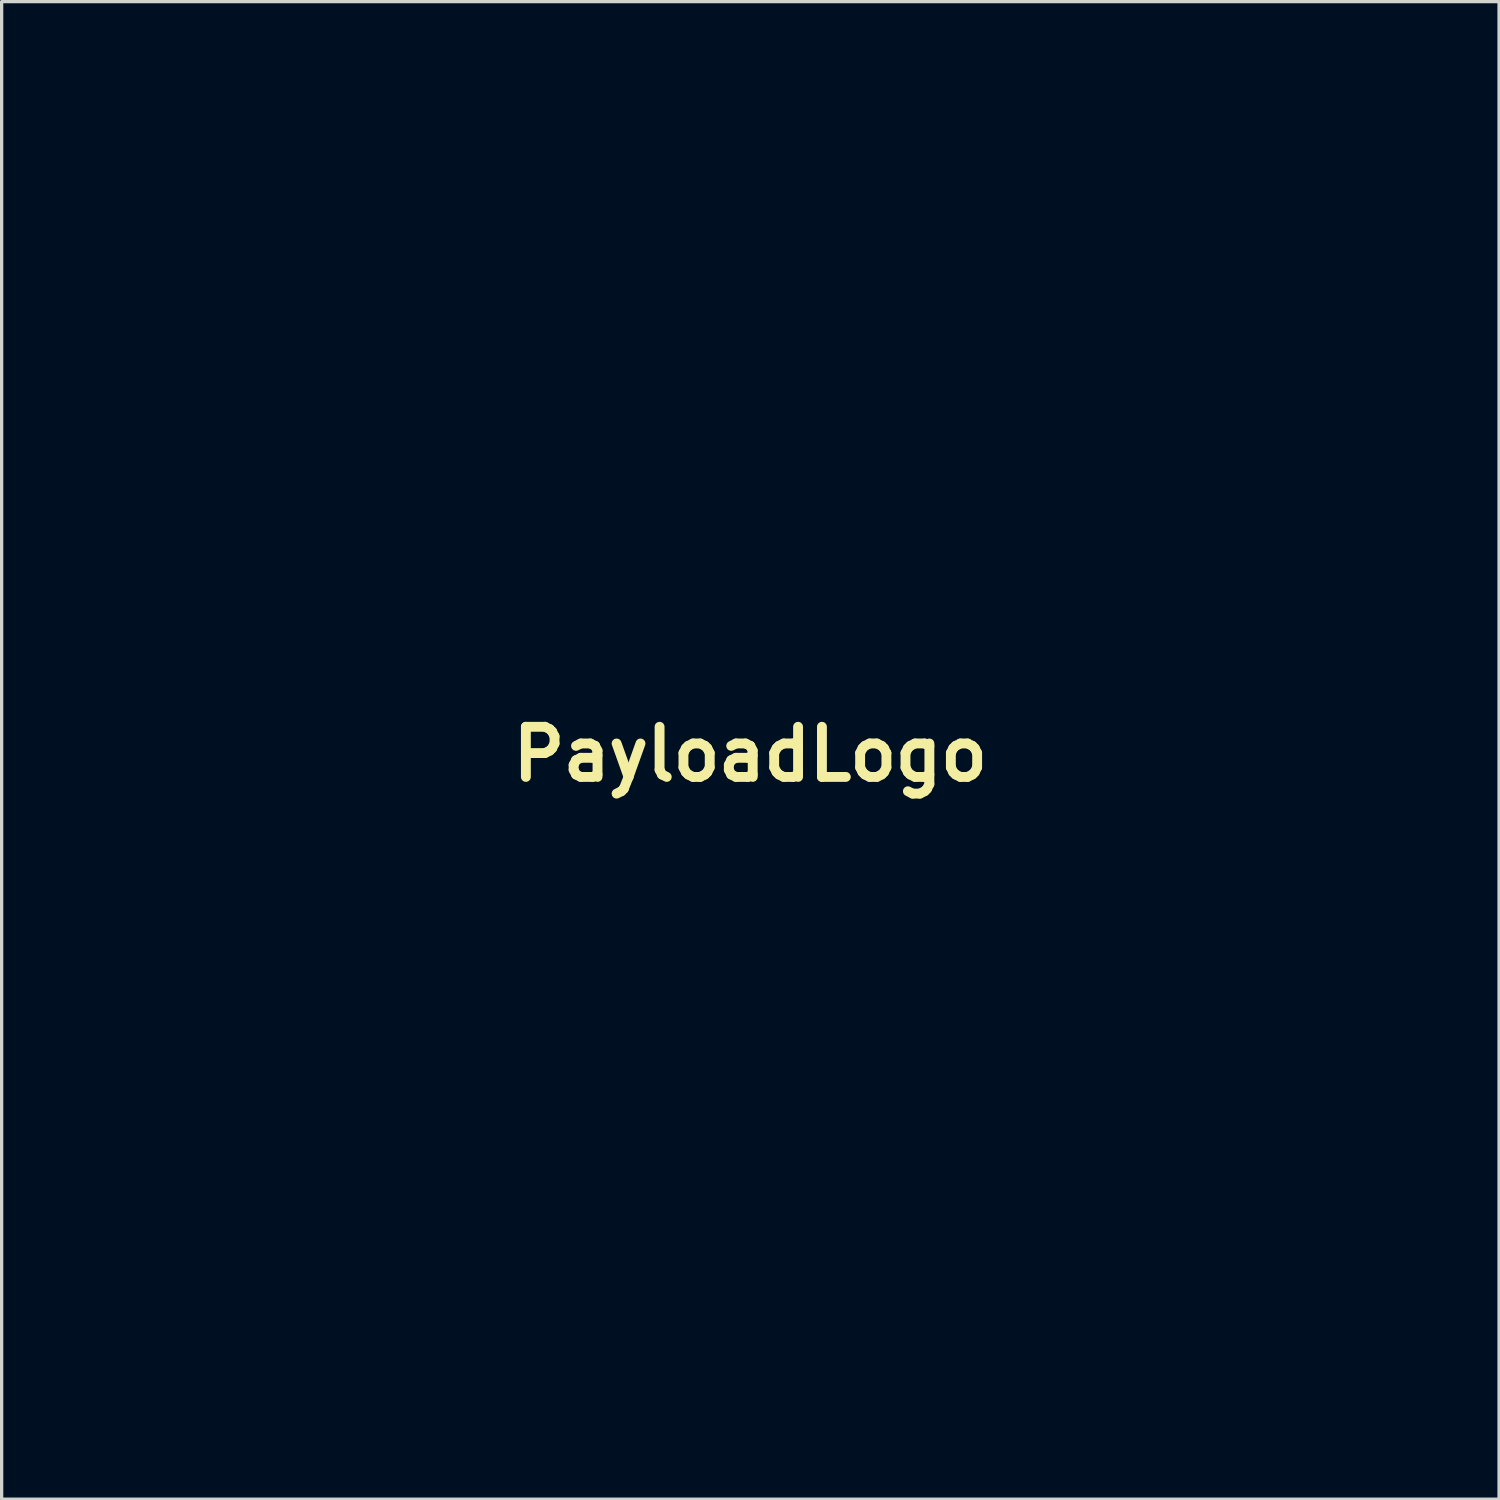
<source format=kicad_pcb>
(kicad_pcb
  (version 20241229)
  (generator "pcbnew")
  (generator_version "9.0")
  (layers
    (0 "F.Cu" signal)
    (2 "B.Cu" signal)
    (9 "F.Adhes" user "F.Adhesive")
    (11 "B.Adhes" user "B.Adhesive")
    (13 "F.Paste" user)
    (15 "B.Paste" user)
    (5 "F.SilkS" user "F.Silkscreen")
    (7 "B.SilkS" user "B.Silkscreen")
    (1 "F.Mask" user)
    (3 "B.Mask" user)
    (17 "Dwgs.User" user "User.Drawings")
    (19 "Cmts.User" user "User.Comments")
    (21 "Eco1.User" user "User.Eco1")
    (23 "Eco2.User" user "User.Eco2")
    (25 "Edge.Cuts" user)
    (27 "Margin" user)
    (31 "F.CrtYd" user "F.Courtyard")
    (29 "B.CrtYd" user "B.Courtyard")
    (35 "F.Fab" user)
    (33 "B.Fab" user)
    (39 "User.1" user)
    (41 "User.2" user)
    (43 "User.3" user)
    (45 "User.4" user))
  (footprint "PayloadLogo"
    (layer "F.Cu")
    (at 19.756 19.875)
    (property "Reference" "PayloadLogo" (at 0 0 0) (layer "F.SilkS") (effects (font (size 1.524 1.524) (thickness 0.3))))
    (attr through_hole)
    (fp_poly (pts (xy -10.219 11.421) (xy -10.165 11.467) (xy -10.162 11.471) (xy -10.097 11.539) (xy -10.557 12.07) (xy -10.686 12.219) (xy -10.804 12.356) (xy -10.907 12.475) (xy -10.988 12.569) (xy -11.042 12.631) (xy -11.061 12.653) (xy -11.082 12.686) (xy -11.078 12.717) (xy -11.042 12.761) (xy -10.992 12.808) (xy -10.905 12.887) (xy -10.802 12.977) (xy -10.743 13.027) (xy -10.607 13.143) (xy -10.675 13.222) (xy -10.742 13.3) (xy -11.065 13.02) (xy -11.177 12.92) (xy -11.273 12.831) (xy -11.344 12.76) (xy -11.383 12.715) (xy -11.388 12.704) (xy -11.37 12.673) (xy -11.32 12.608) (xy -11.244 12.513) (xy -11.147 12.396) (xy -11.034 12.263) (xy -10.913 12.121) (xy -10.787 11.976) (xy -10.662 11.834) (xy -10.545 11.702) (xy -10.441 11.586) (xy -10.355 11.494) (xy -10.293 11.43) (xy -10.261 11.402) (xy -10.258 11.402) (xy -10.219 11.421)) (stroke (width 0.01) (type solid)) (fill no) (layer "Eco2.User"))
    (fp_poly (pts (xy 4.33 15.217) (xy 4.418 15.27) (xy 4.457 15.348) (xy 4.459 15.374) (xy 4.453 15.422) (xy 4.424 15.431) (xy 4.381 15.42) (xy 4.308 15.406) (xy 4.207 15.397) (xy 4.153 15.396) (xy 4.06 15.399) (xy 3.999 15.418) (xy 3.946 15.46) (xy 3.921 15.487) (xy 3.87 15.554) (xy 3.845 15.622) (xy 3.838 15.716) (xy 3.838 15.733) (xy 3.852 15.872) (xy 3.888 16.013) (xy 3.941 16.139) (xy 4.003 16.233) (xy 4.027 16.255) (xy 4.126 16.3) (xy 4.245 16.307) (xy 4.366 16.28) (xy 4.472 16.223) (xy 4.545 16.141) (xy 4.589 16.093) (xy 4.632 16.098) (xy 4.666 16.153) (xy 4.671 16.174) (xy 4.665 16.264) (xy 4.613 16.348) (xy 4.525 16.42) (xy 4.411 16.477) (xy 4.283 16.514) (xy 4.149 16.525) (xy 4.022 16.508) (xy 3.96 16.485) (xy 3.84 16.4) (xy 3.741 16.274) (xy 3.666 16.118) (xy 3.618 15.947) (xy 3.601 15.771) (xy 3.619 15.604) (xy 3.67 15.467) (xy 3.77 15.342) (xy 3.905 15.25) (xy 4.062 15.198) (xy 4.198 15.19) (xy 4.33 15.217)) (stroke (width 0.01) (type solid)) (fill no) (layer "Eco2.User"))
    (fp_poly (pts (xy 8.206 13.516) (xy 8.23 13.54) (xy 8.266 13.613) (xy 8.251 13.667) (xy 8.186 13.697) (xy 8.096 13.742) (xy 8.034 13.834) (xy 7.998 13.974) (xy 7.993 14.03) (xy 7.996 14.08) (xy 8.013 14.137) (xy 8.047 14.211) (xy 8.102 14.313) (xy 8.165 14.424) (xy 8.252 14.574) (xy 8.312 14.683) (xy 8.35 14.759) (xy 8.366 14.808) (xy 8.364 14.839) (xy 8.346 14.86) (xy 8.314 14.879) (xy 8.301 14.885) (xy 8.24 14.915) (xy 8.203 14.929) (xy 8.202 14.93) (xy 8.185 14.906) (xy 8.144 14.841) (xy 8.084 14.74) (xy 8.008 14.611) (xy 7.922 14.461) (xy 7.879 14.386) (xy 7.779 14.208) (xy 7.703 14.073) (xy 7.651 13.973) (xy 7.618 13.903) (xy 7.601 13.855) (xy 7.599 13.823) (xy 7.607 13.802) (xy 7.614 13.794) (xy 7.68 13.749) (xy 7.745 13.757) (xy 7.795 13.816) (xy 7.795 13.817) (xy 7.816 13.858) (xy 7.831 13.862) (xy 7.848 13.823) (xy 7.866 13.763) (xy 7.913 13.655) (xy 7.982 13.57) (xy 8.06 13.514) (xy 8.138 13.494) (xy 8.206 13.516)) (stroke (width 0.01) (type solid)) (fill no) (layer "Eco2.User"))
    (fp_poly (pts (xy -1.515 15.672) (xy -1.372 15.754) (xy -1.349 15.773) (xy -1.292 15.833) (xy -1.275 15.884) (xy -1.28 15.927) (xy -1.302 15.982) (xy -1.337 15.997) (xy -1.393 15.972) (xy -1.456 15.928) (xy -1.575 15.862) (xy -1.699 15.838) (xy -1.813 15.856) (xy -1.87 15.889) (xy -1.955 15.977) (xy -2.011 16.09) (xy -2.043 16.24) (xy -2.051 16.323) (xy -2.05 16.489) (xy -2.019 16.612) (xy -1.954 16.699) (xy -1.853 16.758) (xy -1.84 16.763) (xy -1.769 16.784) (xy -1.712 16.787) (xy -1.646 16.77) (xy -1.574 16.742) (xy -1.489 16.708) (xy -1.425 16.685) (xy -1.402 16.679) (xy -1.389 16.704) (xy -1.388 16.763) (xy -1.388 16.77) (xy -1.422 16.852) (xy -1.5 16.916) (xy -1.609 16.959) (xy -1.738 16.977) (xy -1.875 16.966) (xy -1.943 16.949) (xy -2.075 16.887) (xy -2.183 16.798) (xy -2.233 16.729) (xy -2.275 16.606) (xy -2.293 16.45) (xy -2.288 16.279) (xy -2.261 16.112) (xy -2.211 15.967) (xy -2.203 15.949) (xy -2.103 15.809) (xy -1.974 15.71) (xy -1.826 15.652) (xy -1.67 15.639) (xy -1.515 15.672)) (stroke (width 0.01) (type solid)) (fill no) (layer "Eco2.User"))
    (fp_poly (pts (xy 2.989 15.477) (xy 3.143 15.526) (xy 3.268 15.624) (xy 3.367 15.771) (xy 3.384 15.807) (xy 3.448 16.004) (xy 3.465 16.196) (xy 3.438 16.376) (xy 3.37 16.534) (xy 3.261 16.664) (xy 3.163 16.733) (xy 3.045 16.779) (xy 2.903 16.807) (xy 2.76 16.815) (xy 2.635 16.8) (xy 2.582 16.782) (xy 2.445 16.688) (xy 2.341 16.549) (xy 2.27 16.37) (xy 2.239 16.19) (xy 2.24 16.098) (xy 2.472 16.098) (xy 2.49 16.244) (xy 2.53 16.382) (xy 2.59 16.497) (xy 2.666 16.574) (xy 2.677 16.58) (xy 2.799 16.617) (xy 2.936 16.611) (xy 3.031 16.58) (xy 3.133 16.504) (xy 3.195 16.39) (xy 3.217 16.236) (xy 3.217 16.223) (xy 3.2 16.029) (xy 3.15 15.874) (xy 3.07 15.759) (xy 2.961 15.69) (xy 2.89 15.673) (xy 2.756 15.678) (xy 2.634 15.726) (xy 2.541 15.809) (xy 2.519 15.844) (xy 2.481 15.96) (xy 2.472 16.098) (xy 2.24 16.098) (xy 2.242 15.983) (xy 2.29 15.808) (xy 2.383 15.667) (xy 2.518 15.563) (xy 2.695 15.496) (xy 2.806 15.477) (xy 2.989 15.477)) (stroke (width 0.01) (type solid)) (fill no) (layer "Eco2.User"))
    (fp_poly (pts (xy -9.563 12.591) (xy -9.452 12.636) (xy -9.407 12.661) (xy -9.249 12.785) (xy -9.144 12.925) (xy -9.093 13.078) (xy -9.096 13.241) (xy -9.152 13.41) (xy -9.263 13.583) (xy -9.327 13.656) (xy -9.48 13.792) (xy -9.634 13.873) (xy -9.793 13.899) (xy -9.959 13.872) (xy -9.962 13.871) (xy -10.123 13.796) (xy -10.255 13.685) (xy -10.352 13.55) (xy -10.406 13.399) (xy -10.413 13.315) (xy -10.411 13.297) (xy -10.182 13.297) (xy -10.176 13.426) (xy -10.116 13.539) (xy -10.021 13.623) (xy -9.893 13.679) (xy -9.76 13.679) (xy -9.629 13.625) (xy -9.62 13.619) (xy -9.517 13.525) (xy -9.424 13.4) (xy -9.354 13.262) (xy -9.32 13.137) (xy -9.315 13.061) (xy -9.328 13.007) (xy -9.367 12.952) (xy -9.419 12.898) (xy -9.494 12.83) (xy -9.557 12.796) (xy -9.628 12.785) (xy -9.65 12.785) (xy -9.8 12.81) (xy -9.933 12.887) (xy -10.051 13.016) (xy -10.133 13.154) (xy -10.182 13.297) (xy -10.411 13.297) (xy -10.389 13.154) (xy -10.322 12.997) (xy -10.222 12.851) (xy -10.097 12.727) (xy -9.957 12.632) (xy -9.809 12.576) (xy -9.664 12.566) (xy -9.563 12.591)) (stroke (width 0.01) (type solid)) (fill no) (layer "Eco2.User"))
    (fp_poly (pts (xy 9.212 12.815) (xy 9.222 12.845) (xy 9.243 12.924) (xy 9.274 13.043) (xy 9.312 13.198) (xy 9.356 13.38) (xy 9.405 13.583) (xy 9.427 13.675) (xy 9.477 13.886) (xy 9.523 14.081) (xy 9.564 14.251) (xy 9.598 14.391) (xy 9.622 14.492) (xy 9.637 14.549) (xy 9.639 14.557) (xy 9.628 14.598) (xy 9.586 14.653) (xy 9.531 14.702) (xy 9.479 14.73) (xy 9.468 14.732) (xy 9.445 14.706) (xy 9.418 14.633) (xy 9.389 14.523) (xy 9.384 14.499) (xy 9.335 14.266) (xy 8.788 13.872) (xy 8.635 13.761) (xy 8.498 13.659) (xy 8.384 13.571) (xy 8.3 13.503) (xy 8.251 13.459) (xy 8.241 13.445) (xy 8.264 13.404) (xy 8.319 13.362) (xy 8.382 13.334) (xy 8.426 13.332) (xy 8.461 13.353) (xy 8.532 13.403) (xy 8.632 13.475) (xy 8.753 13.564) (xy 8.86 13.644) (xy 8.989 13.741) (xy 9.102 13.824) (xy 9.19 13.889) (xy 9.248 13.93) (xy 9.267 13.942) (xy 9.265 13.916) (xy 9.249 13.844) (xy 9.223 13.736) (xy 9.189 13.599) (xy 9.155 13.469) (xy 9.115 13.31) (xy 9.08 13.168) (xy 9.055 13.051) (xy 9.04 12.971) (xy 9.038 12.941) (xy 9.062 12.897) (xy 9.11 12.851) (xy 9.165 12.818) (xy 9.206 12.811) (xy 9.212 12.815)) (stroke (width 0.01) (type solid)) (fill no) (layer "Eco2.User"))
    (fp_poly (pts (xy 6.917 13.816) (xy 6.968 13.879) (xy 6.986 13.915) (xy 7.022 13.987) (xy 7.052 14.035) (xy 7.059 14.043) (xy 7.095 14.039) (xy 7.163 14.013) (xy 7.221 13.986) (xy 7.301 13.947) (xy 7.348 13.933) (xy 7.379 13.941) (xy 7.405 13.966) (xy 7.442 14.019) (xy 7.44 14.063) (xy 7.393 14.107) (xy 7.31 14.153) (xy 7.232 14.197) (xy 7.181 14.235) (xy 7.168 14.253) (xy 7.181 14.291) (xy 7.214 14.367) (xy 7.263 14.469) (xy 7.321 14.585) (xy 7.381 14.704) (xy 7.439 14.813) (xy 7.488 14.901) (xy 7.522 14.956) (xy 7.529 14.965) (xy 7.598 15.009) (xy 7.683 15) (xy 7.768 14.953) (xy 7.825 14.915) (xy 7.858 14.909) (xy 7.884 14.934) (xy 7.892 14.944) (xy 7.927 15.014) (xy 7.912 15.073) (xy 7.88 15.108) (xy 7.776 15.177) (xy 7.656 15.22) (xy 7.541 15.232) (xy 7.479 15.22) (xy 7.432 15.196) (xy 7.385 15.154) (xy 7.335 15.087) (xy 7.275 14.989) (xy 7.201 14.852) (xy 7.137 14.724) (xy 6.942 14.336) (xy 6.853 14.382) (xy 6.791 14.41) (xy 6.757 14.41) (xy 6.728 14.38) (xy 6.726 14.377) (xy 6.692 14.309) (xy 6.709 14.255) (xy 6.773 14.21) (xy 6.858 14.166) (xy 6.788 14.027) (xy 6.717 13.888) (xy 6.78 13.844) (xy 6.857 13.806) (xy 6.917 13.816)) (stroke (width 0.01) (type solid)) (fill no) (layer "Eco2.User"))
    (fp_poly (pts (xy -4.899 3.317) (xy -4.846 3.354) (xy -4.815 3.38) (xy -4.603 3.542) (xy -4.347 3.696) (xy -4.062 3.837) (xy -3.759 3.957) (xy -3.454 4.051) (xy -3.358 4.074) (xy -2.941 4.152) (xy -2.521 4.199) (xy -2.114 4.214) (xy -1.819 4.203) (xy -1.294 4.134) (xy -0.774 4.011) (xy -0.267 3.836) (xy 0.221 3.611) (xy 0.514 3.445) (xy 0.605 3.391) (xy 0.677 3.35) (xy 0.717 3.331) (xy 0.72 3.33) (xy 0.719 3.35) (xy 0.687 3.403) (xy 0.629 3.482) (xy 0.551 3.579) (xy 0.46 3.685) (xy 0.362 3.794) (xy 0.33 3.828) (xy 0.176 4.007) (xy 0.071 4.173) (xy 0.013 4.334) (xy -0.001 4.499) (xy 0.027 4.676) (xy 0.042 4.73) (xy 0.066 4.81) (xy 0.081 4.863) (xy 0.084 4.875) (xy 0.062 4.881) (xy 0.012 4.874) (xy -0.028 4.862) (xy -0.071 4.844) (xy -0.151 4.807) (xy -0.255 4.759) (xy -0.31 4.733) (xy -0.472 4.665) (xy -0.621 4.622) (xy -0.773 4.605) (xy -0.943 4.611) (xy -1.145 4.64) (xy -1.228 4.656) (xy -1.555 4.701) (xy -1.915 4.716) (xy -2.293 4.702) (xy -2.673 4.661) (xy -3.04 4.591) (xy -3.122 4.571) (xy -3.45 4.467) (xy -3.776 4.324) (xy -4.083 4.152) (xy -4.357 3.958) (xy -4.48 3.853) (xy -4.577 3.759) (xy -4.674 3.656) (xy -4.765 3.552) (xy -4.842 3.457) (xy -4.898 3.378) (xy -4.926 3.325) (xy -4.926 3.308) (xy -4.899 3.317)) (stroke (width 0.01) (type solid)) (fill no) (layer "Eco2.User"))
    (fp_poly (pts (xy -8.633 13.225) (xy -8.578 13.26) (xy -8.534 13.301) (xy -8.53 13.336) (xy -8.56 13.386) (xy -8.607 13.459) (xy -8.47 13.443) (xy -8.3 13.446) (xy -8.156 13.498) (xy -8.045 13.591) (xy -7.983 13.672) (xy -7.945 13.75) (xy -7.933 13.834) (xy -7.949 13.931) (xy -7.994 14.049) (xy -8.069 14.196) (xy -8.176 14.379) (xy -8.188 14.398) (xy -8.283 14.556) (xy -8.355 14.672) (xy -8.408 14.751) (xy -8.447 14.798) (xy -8.477 14.821) (xy -8.505 14.823) (xy -8.535 14.812) (xy -8.558 14.8) (xy -8.613 14.761) (xy -8.636 14.724) (xy -8.636 14.724) (xy -8.622 14.689) (xy -8.583 14.616) (xy -8.524 14.513) (xy -8.45 14.39) (xy -8.41 14.324) (xy -8.301 14.139) (xy -8.227 13.992) (xy -8.187 13.876) (xy -8.181 13.787) (xy -8.207 13.719) (xy -8.264 13.665) (xy -8.299 13.644) (xy -8.395 13.61) (xy -8.495 13.609) (xy -8.605 13.634) (xy -8.659 13.657) (xy -8.707 13.695) (xy -8.759 13.759) (xy -8.825 13.861) (xy -8.846 13.895) (xy -8.921 14.018) (xy -8.998 14.143) (xy -9.064 14.248) (xy -9.08 14.274) (xy -9.174 14.422) (xy -9.258 14.379) (xy -9.315 14.34) (xy -9.341 14.303) (xy -9.342 14.301) (xy -9.327 14.266) (xy -9.288 14.193) (xy -9.229 14.091) (xy -9.155 13.966) (xy -9.072 13.829) (xy -8.985 13.688) (xy -8.899 13.551) (xy -8.82 13.427) (xy -8.753 13.324) (xy -8.702 13.251) (xy -8.674 13.217) (xy -8.672 13.215) (xy -8.633 13.225)) (stroke (width 0.01) (type solid)) (fill no) (layer "Eco2.User"))
    (fp_poly (pts (xy -4.076 15.208) (xy -3.925 15.275) (xy -3.809 15.379) (xy -3.733 15.514) (xy -3.702 15.673) (xy -3.709 15.784) (xy -3.724 15.874) (xy -3.743 15.936) (xy -3.774 15.974) (xy -3.827 15.989) (xy -3.908 15.983) (xy -4.027 15.958) (xy -4.191 15.916) (xy -4.209 15.912) (xy -4.351 15.876) (xy -4.473 15.846) (xy -4.565 15.827) (xy -4.616 15.818) (xy -4.624 15.818) (xy -4.633 15.851) (xy -4.644 15.919) (xy -4.647 15.951) (xy -4.639 16.089) (xy -4.582 16.198) (xy -4.479 16.277) (xy -4.331 16.325) (xy -4.138 16.341) (xy -4.137 16.341) (xy -4.028 16.342) (xy -3.964 16.348) (xy -3.933 16.362) (xy -3.923 16.386) (xy -3.923 16.395) (xy -3.948 16.467) (xy -4.018 16.514) (xy -4.128 16.537) (xy -4.272 16.532) (xy -4.411 16.507) (xy -4.58 16.445) (xy -4.72 16.349) (xy -4.821 16.227) (xy -4.852 16.162) (xy -4.88 16.024) (xy -4.874 15.86) (xy -4.839 15.688) (xy -4.813 15.62) (xy -4.563 15.62) (xy -4.558 15.63) (xy -4.523 15.646) (xy -4.447 15.671) (xy -4.346 15.702) (xy -4.234 15.733) (xy -4.125 15.761) (xy -4.034 15.783) (xy -3.976 15.793) (xy -3.965 15.793) (xy -3.946 15.763) (xy -3.931 15.697) (xy -3.928 15.67) (xy -3.945 15.555) (xy -4.004 15.459) (xy -4.094 15.391) (xy -4.203 15.357) (xy -4.319 15.364) (xy -4.396 15.396) (xy -4.458 15.445) (xy -4.514 15.509) (xy -4.553 15.572) (xy -4.563 15.62) (xy -4.813 15.62) (xy -4.777 15.523) (xy -4.698 15.392) (xy -4.577 15.277) (xy -4.423 15.207) (xy -4.256 15.184) (xy -4.076 15.208)) (stroke (width 0.01) (type solid)) (fill no) (layer "Eco2.User"))
    (fp_poly (pts (xy -0.905 15.141) (xy -0.817 15.16) (xy -0.836 15.529) (xy -0.844 15.683) (xy -0.847 15.787) (xy -0.842 15.846) (xy -0.825 15.869) (xy -0.793 15.86) (xy -0.743 15.826) (xy -0.698 15.794) (xy -0.599 15.75) (xy -0.475 15.733) (xy -0.35 15.745) (xy -0.247 15.785) (xy -0.237 15.792) (xy -0.171 15.843) (xy -0.122 15.891) (xy -0.088 15.945) (xy -0.065 16.013) (xy -0.053 16.105) (xy -0.048 16.23) (xy -0.049 16.397) (xy -0.051 16.519) (xy -0.056 16.725) (xy -0.063 16.878) (xy -0.072 16.981) (xy -0.084 17.038) (xy -0.093 17.052) (xy -0.172 17.073) (xy -0.249 17.05) (xy -0.263 17.028) (xy -0.273 16.977) (xy -0.278 16.891) (xy -0.28 16.763) (xy -0.279 16.586) (xy -0.278 16.564) (xy -0.277 16.372) (xy -0.279 16.228) (xy -0.288 16.124) (xy -0.305 16.052) (xy -0.332 16.004) (xy -0.371 15.971) (xy -0.421 15.947) (xy -0.532 15.93) (xy -0.65 15.964) (xy -0.763 16.046) (xy -0.779 16.061) (xy -0.81 16.096) (xy -0.833 16.13) (xy -0.849 16.173) (xy -0.859 16.236) (xy -0.866 16.329) (xy -0.871 16.462) (xy -0.875 16.561) (xy -0.881 16.71) (xy -0.89 16.841) (xy -0.899 16.941) (xy -0.908 17.001) (xy -0.912 17.011) (xy -0.958 17.039) (xy -1.028 17.044) (xy -1.09 17.025) (xy -1.098 16.992) (xy -1.103 16.911) (xy -1.104 16.79) (xy -1.103 16.637) (xy -1.1 16.46) (xy -1.095 16.268) (xy -1.089 16.069) (xy -1.081 15.87) (xy -1.072 15.68) (xy -1.062 15.508) (xy -1.052 15.36) (xy -1.042 15.246) (xy -1.031 15.174) (xy -1.024 15.152) (xy -0.974 15.135) (xy -0.905 15.141)) (stroke (width 0.01) (type solid)) (fill no) (layer "Eco2.User"))
    (fp_poly (pts (xy -2.896 15.481) (xy -2.753 15.528) (xy -2.645 15.603) (xy -2.594 15.657) (xy -2.558 15.715) (xy -2.538 15.785) (xy -2.533 15.875) (xy -2.542 15.995) (xy -2.566 16.153) (xy -2.603 16.355) (xy -2.637 16.528) (xy -2.663 16.654) (xy -2.683 16.74) (xy -2.702 16.794) (xy -2.72 16.824) (xy -2.741 16.838) (xy -2.767 16.843) (xy -2.828 16.842) (xy -2.859 16.831) (xy -2.875 16.789) (xy -2.879 16.747) (xy -2.882 16.707) (xy -2.9 16.699) (xy -2.95 16.72) (xy -2.97 16.731) (xy -3.093 16.768) (xy -3.236 16.775) (xy -3.373 16.75) (xy -3.445 16.719) (xy -3.543 16.635) (xy -3.609 16.523) (xy -3.628 16.423) (xy -3.386 16.423) (xy -3.365 16.508) (xy -3.337 16.545) (xy -3.235 16.601) (xy -3.113 16.605) (xy -2.977 16.557) (xy -2.949 16.542) (xy -2.883 16.485) (xy -2.845 16.398) (xy -2.839 16.374) (xy -2.827 16.297) (xy -2.828 16.246) (xy -2.832 16.237) (xy -2.867 16.227) (xy -2.943 16.216) (xy -3.044 16.207) (xy -3.058 16.206) (xy -3.169 16.201) (xy -3.24 16.204) (xy -3.286 16.22) (xy -3.324 16.25) (xy -3.327 16.253) (xy -3.373 16.33) (xy -3.386 16.423) (xy -3.628 16.423) (xy -3.632 16.4) (xy -3.628 16.351) (xy -3.597 16.269) (xy -3.541 16.18) (xy -3.514 16.148) (xy -3.419 16.044) (xy -3.092 16.047) (xy -2.766 16.049) (xy -2.766 15.914) (xy -2.787 15.79) (xy -2.85 15.703) (xy -2.953 15.655) (xy -3.097 15.645) (xy -3.236 15.664) (xy -3.344 15.681) (xy -3.405 15.673) (xy -3.425 15.639) (xy -3.413 15.585) (xy -3.365 15.523) (xy -3.276 15.484) (xy -3.141 15.467) (xy -3.079 15.466) (xy -2.896 15.481)) (stroke (width 0.01) (type solid)) (fill no) (layer "Eco2.User"))
    (fp_poly (pts (xy 6.406 14.443) (xy 6.439 14.451) (xy 6.537 14.494) (xy 6.632 14.564) (xy 6.714 14.651) (xy 6.778 14.744) (xy 6.815 14.833) (xy 6.819 14.907) (xy 6.798 14.944) (xy 6.758 14.968) (xy 6.677 15.008) (xy 6.566 15.059) (xy 6.436 15.115) (xy 6.406 15.128) (xy 6.276 15.182) (xy 6.166 15.229) (xy 6.086 15.263) (xy 6.046 15.282) (xy 6.043 15.284) (xy 6.05 15.311) (xy 6.08 15.369) (xy 6.096 15.394) (xy 6.19 15.503) (xy 6.307 15.562) (xy 6.44 15.571) (xy 6.586 15.529) (xy 6.74 15.438) (xy 6.814 15.379) (xy 6.878 15.325) (xy 6.915 15.305) (xy 6.94 15.314) (xy 6.96 15.338) (xy 6.993 15.4) (xy 6.987 15.453) (xy 6.936 15.513) (xy 6.907 15.538) (xy 6.749 15.648) (xy 6.578 15.725) (xy 6.407 15.765) (xy 6.248 15.766) (xy 6.138 15.737) (xy 6.018 15.657) (xy 5.912 15.534) (xy 5.825 15.383) (xy 5.765 15.216) (xy 5.735 15.047) (xy 5.738 14.976) (xy 5.952 14.976) (xy 5.953 15.053) (xy 5.965 15.106) (xy 5.989 15.12) (xy 5.99 15.119) (xy 6.03 15.103) (xy 6.109 15.071) (xy 6.214 15.028) (xy 6.279 15.001) (xy 6.391 14.953) (xy 6.484 14.911) (xy 6.544 14.881) (xy 6.559 14.872) (xy 6.563 14.834) (xy 6.532 14.778) (xy 6.479 14.717) (xy 6.416 14.665) (xy 6.354 14.634) (xy 6.35 14.633) (xy 6.233 14.632) (xy 6.115 14.671) (xy 6.021 14.741) (xy 6.012 14.752) (xy 5.983 14.81) (xy 5.963 14.89) (xy 5.952 14.976) (xy 5.738 14.976) (xy 5.742 14.89) (xy 5.756 14.834) (xy 5.832 14.686) (xy 5.947 14.566) (xy 6.088 14.482) (xy 6.245 14.439) (xy 6.406 14.443)) (stroke (width 0.01) (type solid)) (fill no) (layer "Eco2.User"))
    (fp_poly (pts (xy -7.385 -15.424) (xy -7.162 -15.343) (xy -6.956 -15.221) (xy -6.771 -15.061) (xy -6.613 -14.871) (xy -6.488 -14.654) (xy -6.4 -14.415) (xy -6.355 -14.16) (xy -6.35 -14.044) (xy -6.371 -13.779) (xy -6.435 -13.544) (xy -6.545 -13.334) (xy -6.704 -13.144) (xy -6.915 -12.97) (xy -7.01 -12.905) (xy -7.071 -12.869) (xy -7.165 -12.816) (xy -7.284 -12.751) (xy -7.419 -12.678) (xy -7.56 -12.603) (xy -7.698 -12.531) (xy -7.824 -12.465) (xy -7.928 -12.412) (xy -8.003 -12.376) (xy -8.037 -12.362) (xy -8.038 -12.362) (xy -8.056 -12.386) (xy -8.095 -12.453) (xy -8.153 -12.558) (xy -8.226 -12.692) (xy -8.309 -12.849) (xy -8.375 -12.976) (xy -8.489 -13.195) (xy -8.618 -13.444) (xy -8.752 -13.702) (xy -8.881 -13.95) (xy -8.994 -14.169) (xy -9.003 -14.186) (xy -9.236 -14.633) (xy -8.461 -14.633) (xy -8.076 -13.893) (xy -7.978 -13.706) (xy -7.887 -13.537) (xy -7.808 -13.39) (xy -7.743 -13.274) (xy -7.697 -13.193) (xy -7.671 -13.155) (xy -7.668 -13.152) (xy -7.632 -13.164) (xy -7.565 -13.193) (xy -7.527 -13.212) (xy -7.346 -13.315) (xy -7.212 -13.418) (xy -7.118 -13.53) (xy -7.055 -13.66) (xy -7.026 -13.766) (xy -7.015 -13.942) (xy -7.049 -14.133) (xy -7.124 -14.326) (xy -7.235 -14.51) (xy -7.317 -14.61) (xy -7.452 -14.735) (xy -7.586 -14.813) (xy -7.735 -14.85) (xy -7.846 -14.856) (xy -7.949 -14.851) (xy -8.037 -14.834) (xy -8.13 -14.8) (xy -8.245 -14.744) (xy -8.461 -14.633) (xy -9.236 -14.633) (xy -9.314 -14.783) (xy -8.855 -15.023) (xy -8.621 -15.143) (xy -8.427 -15.239) (xy -8.266 -15.312) (xy -8.129 -15.367) (xy -8.009 -15.406) (xy -7.897 -15.434) (xy -7.856 -15.442) (xy -7.618 -15.459) (xy -7.385 -15.424)) (stroke (width 0.01) (type solid)) (fill no) (layer "Eco2.User"))
    (fp_poly (pts (xy 4.595 14.434) (xy 4.616 14.453) (xy 4.639 14.495) (xy 4.668 14.565) (xy 4.706 14.671) (xy 4.756 14.819) (xy 4.798 14.943) (xy 4.852 15.103) (xy 4.901 15.242) (xy 4.942 15.352) (xy 4.972 15.425) (xy 4.988 15.454) (xy 4.989 15.453) (xy 5.006 15.423) (xy 5.041 15.351) (xy 5.088 15.25) (xy 5.139 15.135) (xy 5.203 14.997) (xy 5.253 14.902) (xy 5.295 14.841) (xy 5.336 14.804) (xy 5.358 14.792) (xy 5.43 14.769) (xy 5.486 14.769) (xy 5.487 14.77) (xy 5.503 14.784) (xy 5.503 14.815) (xy 5.484 14.872) (xy 5.444 14.961) (xy 5.38 15.091) (xy 5.374 15.103) (xy 5.307 15.241) (xy 5.264 15.338) (xy 5.245 15.399) (xy 5.246 15.432) (xy 5.254 15.44) (xy 5.327 15.485) (xy 5.422 15.548) (xy 5.531 15.623) (xy 5.643 15.703) (xy 5.749 15.78) (xy 5.839 15.849) (xy 5.904 15.9) (xy 5.934 15.929) (xy 5.934 15.931) (xy 5.909 15.959) (xy 5.849 15.991) (xy 5.832 15.998) (xy 5.732 16.037) (xy 5.399 15.813) (xy 5.277 15.73) (xy 5.17 15.659) (xy 5.088 15.604) (xy 5.039 15.573) (xy 5.033 15.569) (xy 5.024 15.584) (xy 5.033 15.643) (xy 5.059 15.74) (xy 5.068 15.769) (xy 5.119 15.931) (xy 5.155 16.047) (xy 5.177 16.125) (xy 5.188 16.174) (xy 5.19 16.202) (xy 5.183 16.216) (xy 5.169 16.226) (xy 5.163 16.23) (xy 5.099 16.252) (xy 5.031 16.252) (xy 4.985 16.23) (xy 4.98 16.221) (xy 4.968 16.186) (xy 4.941 16.105) (xy 4.9 15.983) (xy 4.848 15.829) (xy 4.788 15.647) (xy 4.721 15.447) (xy 4.687 15.347) (xy 4.608 15.108) (xy 4.545 14.917) (xy 4.498 14.768) (xy 4.467 14.656) (xy 4.45 14.575) (xy 4.446 14.519) (xy 4.454 14.483) (xy 4.475 14.461) (xy 4.506 14.447) (xy 4.547 14.436) (xy 4.548 14.436) (xy 4.574 14.431) (xy 4.595 14.434)) (stroke (width 0.01) (type solid)) (fill no) (layer "Eco2.User"))
    (fp_poly (pts (xy -15.139 -5.901) (xy -14.86 -5.899) (xy -14.598 -5.898) (xy -14.36 -5.896) (xy -14.15 -5.895) (xy -13.973 -5.893) (xy -13.836 -5.891) (xy -13.742 -5.89) (xy -13.698 -5.888) (xy -13.696 -5.888) (xy -13.701 -5.86) (xy -13.722 -5.789) (xy -13.754 -5.686) (xy -13.795 -5.562) (xy -13.797 -5.558) (xy -13.905 -5.235) (xy -14.492 -5.235) (xy -14.626 -4.854) (xy -14.674 -4.716) (xy -14.714 -4.595) (xy -14.744 -4.503) (xy -14.759 -4.45) (xy -14.76 -4.443) (xy -14.738 -4.415) (xy -14.68 -4.363) (xy -14.596 -4.296) (xy -14.533 -4.25) (xy -14.437 -4.178) (xy -14.364 -4.115) (xy -14.323 -4.07) (xy -14.317 -4.054) (xy -14.331 -4.015) (xy -14.358 -3.936) (xy -14.396 -3.829) (xy -14.422 -3.754) (xy -14.463 -3.638) (xy -14.499 -3.543) (xy -14.525 -3.481) (xy -14.533 -3.464) (xy -14.559 -3.477) (xy -14.624 -3.521) (xy -14.725 -3.594) (xy -14.858 -3.691) (xy -15.018 -3.811) (xy -15.201 -3.95) (xy -15.402 -4.104) (xy -15.618 -4.27) (xy -15.665 -4.306) (xy -15.884 -4.476) (xy -16.089 -4.636) (xy -16.277 -4.782) (xy -16.443 -4.911) (xy -16.582 -5.019) (xy -16.69 -5.104) (xy -16.764 -5.161) (xy -16.798 -5.188) (xy -16.799 -5.19) (xy -16.798 -5.222) (xy -16.786 -5.271) (xy -15.923 -5.271) (xy -15.891 -5.245) (xy -15.824 -5.194) (xy -15.734 -5.125) (xy -15.629 -5.047) (xy -15.518 -4.964) (xy -15.411 -4.886) (xy -15.319 -4.819) (xy -15.25 -4.769) (xy -15.213 -4.745) (xy -15.211 -4.744) (xy -15.196 -4.767) (xy -15.169 -4.833) (xy -15.134 -4.93) (xy -15.116 -4.984) (xy -15.084 -5.094) (xy -15.063 -5.183) (xy -15.058 -5.239) (xy -15.061 -5.25) (xy -15.096 -5.259) (xy -15.177 -5.268) (xy -15.294 -5.275) (xy -15.436 -5.281) (xy -15.514 -5.283) (xy -15.66 -5.285) (xy -15.782 -5.284) (xy -15.871 -5.281) (xy -15.918 -5.275) (xy -15.923 -5.271) (xy -16.786 -5.271) (xy -16.78 -5.297) (xy -16.749 -5.404) (xy -16.706 -5.532) (xy -16.697 -5.558) (xy -16.575 -5.906) (xy -15.139 -5.901)) (stroke (width 0.01) (type solid)) (fill no) (layer "Eco2.User"))
    (fp_poly (pts (xy -9.942 -14.076) (xy -9.874 -13.989) (xy -9.819 -13.917) (xy -9.787 -13.873) (xy -9.785 -13.868) (xy -9.8 -13.841) (xy -9.856 -13.786) (xy -9.948 -13.706) (xy -10.07 -13.606) (xy -10.217 -13.491) (xy -10.354 -13.386) (xy -10.474 -13.292) (xy -10.571 -13.215) (xy -10.637 -13.16) (xy -10.667 -13.133) (xy -10.668 -13.132) (xy -10.652 -13.094) (xy -10.609 -13.032) (xy -10.551 -12.957) (xy -10.488 -12.882) (xy -10.43 -12.819) (xy -10.388 -12.782) (xy -10.374 -12.777) (xy -10.342 -12.8) (xy -10.274 -12.85) (xy -10.177 -12.923) (xy -10.061 -13.012) (xy -9.977 -13.077) (xy -9.851 -13.173) (xy -9.74 -13.258) (xy -9.651 -13.326) (xy -9.594 -13.37) (xy -9.577 -13.383) (xy -9.543 -13.377) (xy -9.484 -13.325) (xy -9.399 -13.226) (xy -9.383 -13.207) (xy -9.307 -13.108) (xy -9.263 -13.043) (xy -9.248 -13.002) (xy -9.255 -12.975) (xy -9.261 -12.97) (xy -9.297 -12.941) (xy -9.368 -12.885) (xy -9.465 -12.809) (xy -9.579 -12.722) (xy -9.61 -12.699) (xy -9.731 -12.607) (xy -9.842 -12.522) (xy -9.932 -12.452) (xy -9.99 -12.406) (xy -9.997 -12.401) (xy -10.074 -12.338) (xy -9.87 -12.069) (xy -9.79 -11.964) (xy -9.722 -11.878) (xy -9.674 -11.82) (xy -9.652 -11.798) (xy -9.652 -11.798) (xy -9.626 -11.814) (xy -9.563 -11.86) (xy -9.469 -11.93) (xy -9.352 -12.02) (xy -9.217 -12.124) (xy -9.186 -12.148) (xy -8.735 -12.498) (xy -8.658 -12.409) (xy -8.593 -12.329) (xy -8.52 -12.235) (xy -8.496 -12.201) (xy -8.41 -12.084) (xy -9.144 -11.518) (xy -9.877 -10.952) (xy -10.254 -11.438) (xy -10.528 -11.792) (xy -10.768 -12.103) (xy -10.974 -12.37) (xy -11.147 -12.596) (xy -11.288 -12.78) (xy -11.398 -12.924) (xy -11.476 -13.029) (xy -11.524 -13.095) (xy -11.541 -13.122) (xy -11.542 -13.123) (xy -11.52 -13.143) (xy -11.459 -13.192) (xy -11.367 -13.265) (xy -11.248 -13.359) (xy -11.108 -13.467) (xy -10.955 -13.586) (xy -10.795 -13.71) (xy -10.632 -13.835) (xy -10.475 -13.956) (xy -10.328 -14.067) (xy -10.204 -14.161) (xy -10.081 -14.253) (xy -9.942 -14.076)) (stroke (width 0.01) (type solid)) (fill no) (layer "Eco2.User"))
    (fp_poly (pts (xy 1.535 15.245) (xy 1.612 15.251) (xy 1.669 15.265) (xy 1.718 15.286) (xy 1.72 15.287) (xy 1.833 15.369) (xy 1.903 15.477) (xy 1.937 15.62) (xy 1.94 15.656) (xy 1.929 15.817) (xy 1.873 15.945) (xy 1.771 16.04) (xy 1.752 16.052) (xy 1.67 16.099) (xy 1.764 16.185) (xy 1.811 16.239) (xy 1.871 16.325) (xy 1.937 16.433) (xy 2.005 16.55) (xy 2.067 16.666) (xy 2.117 16.771) (xy 2.151 16.852) (xy 2.161 16.9) (xy 2.159 16.904) (xy 2.122 16.923) (xy 2.052 16.933) (xy 2.037 16.933) (xy 1.984 16.931) (xy 1.946 16.917) (xy 1.913 16.882) (xy 1.874 16.815) (xy 1.826 16.721) (xy 1.731 16.537) (xy 1.649 16.4) (xy 1.573 16.305) (xy 1.498 16.247) (xy 1.416 16.218) (xy 1.323 16.215) (xy 1.273 16.22) (xy 1.198 16.233) (xy 1.167 16.254) (xy 1.166 16.29) (xy 1.167 16.295) (xy 1.175 16.346) (xy 1.184 16.44) (xy 1.193 16.562) (xy 1.201 16.686) (xy 1.221 17.018) (xy 1.105 17.018) (xy 1.032 17.012) (xy 0.991 16.997) (xy 0.988 16.99) (xy 0.985 16.956) (xy 0.979 16.872) (xy 0.968 16.748) (xy 0.954 16.589) (xy 0.938 16.403) (xy 0.92 16.198) (xy 0.916 16.153) (xy 0.895 15.915) (xy 0.879 15.727) (xy 0.869 15.583) (xy 0.863 15.476) (xy 0.862 15.438) (xy 1.097 15.438) (xy 1.117 15.713) (xy 1.126 15.833) (xy 1.137 15.932) (xy 1.146 15.996) (xy 1.15 16.012) (xy 1.185 16.023) (xy 1.257 16.022) (xy 1.35 16.011) (xy 1.446 15.993) (xy 1.527 15.97) (xy 1.558 15.956) (xy 1.64 15.894) (xy 1.683 15.805) (xy 1.693 15.698) (xy 1.674 15.587) (xy 1.624 15.512) (xy 1.585 15.475) (xy 1.543 15.453) (xy 1.482 15.441) (xy 1.387 15.438) (xy 1.326 15.438) (xy 1.097 15.438) (xy 0.862 15.438) (xy 0.862 15.401) (xy 0.865 15.351) (xy 0.873 15.321) (xy 0.884 15.303) (xy 0.923 15.283) (xy 1 15.268) (xy 1.12 15.257) (xy 1.274 15.249) (xy 1.427 15.245) (xy 1.535 15.245)) (stroke (width 0.01) (type solid)) (fill no) (layer "Eco2.User"))
    (fp_poly (pts (xy 3.717 -16.845) (xy 3.788 -16.832) (xy 3.889 -16.811) (xy 4.007 -16.785) (xy 4.128 -16.756) (xy 4.241 -16.728) (xy 4.333 -16.703) (xy 4.39 -16.685) (xy 4.401 -16.68) (xy 4.407 -16.651) (xy 4.417 -16.572) (xy 4.43 -16.45) (xy 4.446 -16.291) (xy 4.464 -16.101) (xy 4.485 -15.888) (xy 4.506 -15.657) (xy 4.528 -15.415) (xy 4.55 -15.169) (xy 4.571 -14.925) (xy 4.591 -14.689) (xy 4.61 -14.468) (xy 4.626 -14.269) (xy 4.639 -14.097) (xy 4.649 -13.96) (xy 4.655 -13.863) (xy 4.657 -13.821) (xy 4.652 -13.809) (xy 4.631 -13.805) (xy 4.586 -13.811) (xy 4.508 -13.828) (xy 4.39 -13.857) (xy 4.292 -13.882) (xy 4.171 -13.916) (xy 4.072 -13.947) (xy 4.007 -13.973) (xy 3.988 -13.987) (xy 3.981 -14.027) (xy 3.972 -14.109) (xy 3.963 -14.218) (xy 3.957 -14.281) (xy 3.937 -14.545) (xy 3.514 -14.651) (xy 3.369 -14.687) (xy 3.245 -14.717) (xy 3.151 -14.739) (xy 3.098 -14.75) (xy 3.089 -14.751) (xy 3.074 -14.727) (xy 3.036 -14.664) (xy 2.982 -14.574) (xy 2.939 -14.502) (xy 2.793 -14.257) (xy 2.49 -14.339) (xy 2.366 -14.372) (xy 2.262 -14.399) (xy 2.19 -14.416) (xy 2.163 -14.421) (xy 2.149 -14.442) (xy 2.153 -14.457) (xy 2.169 -14.486) (xy 2.213 -14.556) (xy 2.281 -14.663) (xy 2.368 -14.8) (xy 2.472 -14.962) (xy 2.588 -15.144) (xy 2.634 -15.217) (xy 3.4 -15.217) (xy 3.432 -15.203) (xy 3.503 -15.18) (xy 3.598 -15.152) (xy 3.701 -15.122) (xy 3.798 -15.097) (xy 3.873 -15.079) (xy 3.901 -15.073) (xy 3.908 -15.099) (xy 3.911 -15.169) (xy 3.909 -15.273) (xy 3.905 -15.388) (xy 3.896 -15.535) (xy 3.886 -15.677) (xy 3.876 -15.797) (xy 3.87 -15.855) (xy 3.852 -16.005) (xy 3.617 -15.62) (xy 3.538 -15.489) (xy 3.473 -15.375) (xy 3.426 -15.285) (xy 3.402 -15.23) (xy 3.4 -15.217) (xy 2.634 -15.217) (xy 2.714 -15.34) (xy 2.845 -15.545) (xy 2.978 -15.752) (xy 3.109 -15.957) (xy 3.236 -16.153) (xy 3.354 -16.336) (xy 3.459 -16.499) (xy 3.549 -16.637) (xy 3.619 -16.745) (xy 3.666 -16.817) (xy 3.687 -16.847) (xy 3.687 -16.847) (xy 3.717 -16.845)) (stroke (width 0.01) (type solid)) (fill no) (layer "Eco2.User"))
    (fp_poly (pts (xy 16.837 -4.22) (xy 16.852 -4.213) (xy 16.855 -4.208) (xy 16.869 -4.161) (xy 16.89 -4.068) (xy 16.917 -3.94) (xy 16.947 -3.788) (xy 16.978 -3.622) (xy 17.009 -3.453) (xy 17.037 -3.29) (xy 17.062 -3.145) (xy 17.079 -3.027) (xy 17.088 -2.957) (xy 17.087 -2.697) (xy 17.034 -2.451) (xy 16.933 -2.224) (xy 16.788 -2.022) (xy 16.602 -1.848) (xy 16.378 -1.709) (xy 16.122 -1.609) (xy 16.074 -1.595) (xy 15.877 -1.563) (xy 15.66 -1.555) (xy 15.447 -1.573) (xy 15.276 -1.611) (xy 15.037 -1.716) (xy 14.827 -1.866) (xy 14.65 -2.056) (xy 14.514 -2.281) (xy 14.452 -2.433) (xy 14.427 -2.52) (xy 14.396 -2.64) (xy 14.361 -2.784) (xy 14.324 -2.944) (xy 14.288 -3.109) (xy 14.285 -3.123) (xy 14.826 -3.123) (xy 14.829 -3.094) (xy 14.842 -3.023) (xy 14.864 -2.922) (xy 14.877 -2.863) (xy 14.908 -2.74) (xy 14.936 -2.654) (xy 14.972 -2.589) (xy 15.024 -2.526) (xy 15.081 -2.468) (xy 15.169 -2.392) (xy 15.258 -2.329) (xy 15.325 -2.295) (xy 15.462 -2.269) (xy 15.629 -2.262) (xy 15.804 -2.276) (xy 15.933 -2.301) (xy 16.146 -2.379) (xy 16.313 -2.488) (xy 16.433 -2.63) (xy 16.508 -2.804) (xy 16.536 -3.01) (xy 16.517 -3.249) (xy 16.506 -3.312) (xy 16.484 -3.405) (xy 16.461 -3.451) (xy 16.434 -3.461) (xy 16.428 -3.459) (xy 16.39 -3.451) (xy 16.303 -3.432) (xy 16.177 -3.405) (xy 16.017 -3.372) (xy 15.833 -3.334) (xy 15.631 -3.293) (xy 15.608 -3.289) (xy 15.407 -3.247) (xy 15.225 -3.21) (xy 15.069 -3.177) (xy 14.946 -3.151) (xy 14.863 -3.133) (xy 14.827 -3.124) (xy 14.826 -3.123) (xy 14.285 -3.123) (xy 14.254 -3.27) (xy 14.224 -3.418) (xy 14.201 -3.543) (xy 14.186 -3.636) (xy 14.181 -3.688) (xy 14.183 -3.694) (xy 14.213 -3.703) (xy 14.293 -3.722) (xy 14.417 -3.75) (xy 14.581 -3.786) (xy 14.778 -3.828) (xy 15.002 -3.875) (xy 15.25 -3.927) (xy 15.515 -3.982) (xy 15.517 -3.982) (xy 15.824 -4.045) (xy 16.08 -4.097) (xy 16.29 -4.139) (xy 16.459 -4.172) (xy 16.59 -4.195) (xy 16.69 -4.211) (xy 16.761 -4.22) (xy 16.808 -4.223) (xy 16.837 -4.22)) (stroke (width 0.01) (type solid)) (fill no) (layer "Eco2.User"))
    (fp_poly (pts (xy -5.584 14.255) (xy -5.481 14.288) (xy -5.418 14.31) (xy -5.246 14.376) (xy -5.119 14.437) (xy -5.025 14.499) (xy -4.954 14.569) (xy -4.918 14.617) (xy -4.865 14.734) (xy -4.861 14.858) (xy -4.898 14.979) (xy -4.974 15.114) (xy -5.07 15.199) (xy -5.141 15.227) (xy -5.223 15.245) (xy -5.14 15.339) (xy -5.083 15.418) (xy -5.044 15.499) (xy -5.039 15.518) (xy -5.036 15.648) (xy -5.077 15.785) (xy -5.154 15.912) (xy -5.256 16.014) (xy -5.308 16.045) (xy -5.437 16.083) (xy -5.605 16.081) (xy -5.808 16.04) (xy -5.997 15.979) (xy -6.13 15.927) (xy -6.217 15.887) (xy -6.266 15.853) (xy -6.287 15.822) (xy -6.288 15.816) (xy -6.28 15.775) (xy -6.267 15.73) (xy -6.025 15.73) (xy -6.001 15.754) (xy -5.937 15.787) (xy -5.849 15.822) (xy -5.752 15.854) (xy -5.662 15.878) (xy -5.596 15.887) (xy -5.507 15.878) (xy -5.435 15.857) (xy -5.367 15.8) (xy -5.312 15.71) (xy -5.28 15.607) (xy -5.278 15.57) (xy -5.305 15.476) (xy -5.383 15.385) (xy -5.505 15.302) (xy -5.602 15.257) (xy -5.697 15.22) (xy -5.772 15.194) (xy -5.81 15.184) (xy -5.811 15.184) (xy -5.828 15.208) (xy -5.859 15.272) (xy -5.897 15.363) (xy -5.938 15.466) (xy -5.977 15.568) (xy -6.007 15.656) (xy -6.024 15.716) (xy -6.025 15.73) (xy -6.267 15.73) (xy -6.255 15.689) (xy -6.216 15.568) (xy -6.166 15.42) (xy -6.107 15.253) (xy -6.043 15.076) (xy -6.011 14.988) (xy -5.753 14.988) (xy -5.753 14.999) (xy -5.723 15.012) (xy -5.657 15.036) (xy -5.616 15.05) (xy -5.469 15.088) (xy -5.341 15.094) (xy -5.248 15.07) (xy -5.175 15.003) (xy -5.129 14.907) (xy -5.113 14.801) (xy -5.133 14.703) (xy -5.163 14.655) (xy -5.213 14.619) (xy -5.296 14.574) (xy -5.392 14.53) (xy -5.482 14.495) (xy -5.546 14.479) (xy -5.554 14.478) (xy -5.57 14.503) (xy -5.6 14.566) (xy -5.637 14.656) (xy -5.676 14.756) (xy -5.712 14.855) (xy -5.739 14.937) (xy -5.753 14.988) (xy -6.011 14.988) (xy -5.977 14.896) (xy -5.912 14.724) (xy -5.851 14.566) (xy -5.798 14.432) (xy -5.755 14.33) (xy -5.725 14.269) (xy -5.716 14.256) (xy -5.691 14.241) (xy -5.65 14.24) (xy -5.584 14.255)) (stroke (width 0.01) (type solid)) (fill no) (layer "Eco2.User"))
    (fp_poly (pts (xy 15.905 -6.808) (xy 15.937 -6.732) (xy 15.984 -6.618) (xy 16.042 -6.474) (xy 16.109 -6.306) (xy 16.182 -6.123) (xy 16.258 -5.932) (xy 16.334 -5.74) (xy 16.406 -5.554) (xy 16.472 -5.382) (xy 16.498 -5.316) (xy 16.564 -5.142) (xy 16.346 -5.054) (xy 16.243 -5.014) (xy 16.158 -4.983) (xy 16.107 -4.968) (xy 16.101 -4.967) (xy 16.082 -4.992) (xy 16.048 -5.062) (xy 16 -5.168) (xy 15.944 -5.303) (xy 15.882 -5.459) (xy 15.879 -5.468) (xy 15.817 -5.626) (xy 15.76 -5.767) (xy 15.713 -5.881) (xy 15.679 -5.96) (xy 15.661 -5.995) (xy 15.661 -5.995) (xy 15.628 -5.995) (xy 15.559 -5.98) (xy 15.469 -5.954) (xy 15.373 -5.922) (xy 15.288 -5.891) (xy 15.229 -5.863) (xy 15.219 -5.857) (xy 15.226 -5.828) (xy 15.255 -5.748) (xy 15.306 -5.615) (xy 15.378 -5.43) (xy 15.471 -5.193) (xy 15.546 -5.004) (xy 15.604 -4.858) (xy 15.377 -4.772) (xy 15.272 -4.732) (xy 15.188 -4.702) (xy 15.137 -4.686) (xy 15.129 -4.685) (xy 15.113 -4.71) (xy 15.08 -4.78) (xy 15.034 -4.886) (xy 14.979 -5.02) (xy 14.918 -5.174) (xy 14.917 -5.175) (xy 14.727 -5.666) (xy 14.412 -5.54) (xy 14.289 -5.49) (xy 14.188 -5.448) (xy 14.117 -5.418) (xy 14.088 -5.405) (xy 14.088 -5.405) (xy 14.095 -5.377) (xy 14.12 -5.305) (xy 14.16 -5.197) (xy 14.212 -5.061) (xy 14.273 -4.905) (xy 14.281 -4.885) (xy 14.343 -4.725) (xy 14.396 -4.583) (xy 14.437 -4.466) (xy 14.464 -4.384) (xy 14.473 -4.345) (xy 14.472 -4.343) (xy 14.445 -4.323) (xy 14.379 -4.289) (xy 14.291 -4.249) (xy 14.196 -4.208) (xy 14.109 -4.174) (xy 14.045 -4.153) (xy 14.024 -4.149) (xy 14.011 -4.174) (xy 13.979 -4.246) (xy 13.932 -4.358) (xy 13.872 -4.504) (xy 13.802 -4.677) (xy 13.725 -4.873) (xy 13.675 -4.998) (xy 13.596 -5.204) (xy 13.524 -5.393) (xy 13.463 -5.56) (xy 13.415 -5.697) (xy 13.383 -5.798) (xy 13.367 -5.857) (xy 13.367 -5.869) (xy 13.402 -5.887) (xy 13.482 -5.922) (xy 13.601 -5.971) (xy 13.753 -6.033) (xy 13.932 -6.104) (xy 14.132 -6.182) (xy 14.345 -6.265) (xy 14.567 -6.351) (xy 14.79 -6.437) (xy 15.009 -6.52) (xy 15.217 -6.599) (xy 15.408 -6.67) (xy 15.575 -6.732) (xy 15.714 -6.782) (xy 15.816 -6.817) (xy 15.876 -6.836) (xy 15.89 -6.838) (xy 15.905 -6.808)) (stroke (width 0.01) (type solid)) (fill no) (layer "Eco2.User"))
    (fp_poly (pts (xy -0.162 -17.325) (xy -0.053 -17.321) (xy 0.072 -17.314) (xy 0.402 -17.293) (xy 0.383 -16.88) (xy 0.375 -16.726) (xy 0.367 -16.585) (xy 0.358 -16.47) (xy 0.351 -16.394) (xy 0.349 -16.379) (xy 0.334 -16.291) (xy 0.64 -16.273) (xy 0.786 -16.264) (xy 0.93 -16.253) (xy 1.051 -16.244) (xy 1.104 -16.239) (xy 1.263 -16.223) (xy 1.279 -16.317) (xy 1.287 -16.38) (xy 1.295 -16.485) (xy 1.304 -16.62) (xy 1.313 -16.771) (xy 1.315 -16.806) (xy 1.322 -16.95) (xy 1.329 -17.072) (xy 1.336 -17.163) (xy 1.341 -17.211) (xy 1.342 -17.216) (xy 1.371 -17.22) (xy 1.443 -17.219) (xy 1.544 -17.216) (xy 1.661 -17.211) (xy 1.78 -17.203) (xy 1.888 -17.196) (xy 1.972 -17.188) (xy 2.018 -17.18) (xy 2.022 -17.179) (xy 2.022 -17.149) (xy 2.019 -17.069) (xy 2.013 -16.944) (xy 2.004 -16.779) (xy 1.992 -16.58) (xy 1.979 -16.353) (xy 1.963 -16.103) (xy 1.948 -15.859) (xy 1.93 -15.591) (xy 1.914 -15.339) (xy 1.9 -15.11) (xy 1.887 -14.909) (xy 1.877 -14.741) (xy 1.869 -14.613) (xy 1.864 -14.53) (xy 1.863 -14.499) (xy 1.849 -14.465) (xy 1.799 -14.454) (xy 1.771 -14.455) (xy 1.695 -14.459) (xy 1.587 -14.465) (xy 1.482 -14.47) (xy 1.373 -14.473) (xy 1.292 -14.478) (xy 1.237 -14.491) (xy 1.203 -14.52) (xy 1.186 -14.574) (xy 1.182 -14.658) (xy 1.188 -14.781) (xy 1.199 -14.951) (xy 1.204 -15.02) (xy 1.215 -15.191) (xy 1.225 -15.349) (xy 1.232 -15.481) (xy 1.238 -15.577) (xy 1.24 -15.624) (xy 1.242 -15.712) (xy 0.783 -15.739) (xy 0.629 -15.748) (xy 0.496 -15.756) (xy 0.394 -15.761) (xy 0.333 -15.763) (xy 0.318 -15.763) (xy 0.315 -15.735) (xy 0.309 -15.66) (xy 0.301 -15.545) (xy 0.292 -15.401) (xy 0.282 -15.235) (xy 0.281 -15.225) (xy 0.271 -15.052) (xy 0.26 -14.896) (xy 0.251 -14.765) (xy 0.243 -14.671) (xy 0.237 -14.623) (xy 0.223 -14.556) (xy -0.107 -14.576) (xy -0.237 -14.585) (xy -0.345 -14.593) (xy -0.418 -14.6) (xy -0.446 -14.605) (xy -0.447 -14.634) (xy -0.444 -14.713) (xy -0.437 -14.835) (xy -0.428 -14.993) (xy -0.417 -15.181) (xy -0.405 -15.391) (xy -0.39 -15.619) (xy -0.375 -15.855) (xy -0.36 -16.095) (xy -0.344 -16.331) (xy -0.329 -16.557) (xy -0.314 -16.766) (xy -0.301 -16.951) (xy -0.29 -17.106) (xy -0.28 -17.224) (xy -0.273 -17.298) (xy -0.27 -17.322) (xy -0.238 -17.325) (xy -0.162 -17.325)) (stroke (width 0.01) (type solid)) (fill no) (layer "Eco2.User"))
    (fp_poly (pts (xy 12.569 -11.744) (xy 12.624 -11.688) (xy 12.705 -11.602) (xy 12.806 -11.491) (xy 12.922 -11.362) (xy 13.047 -11.221) (xy 13.175 -11.073) (xy 13.303 -10.927) (xy 13.423 -10.786) (xy 13.531 -10.659) (xy 13.621 -10.55) (xy 13.688 -10.467) (xy 13.726 -10.415) (xy 13.733 -10.404) (xy 13.719 -10.369) (xy 13.669 -10.308) (xy 13.591 -10.231) (xy 13.56 -10.203) (xy 13.47 -10.125) (xy 13.412 -10.08) (xy 13.375 -10.063) (xy 13.349 -10.068) (xy 13.323 -10.092) (xy 13.323 -10.092) (xy 13.289 -10.131) (xy 13.225 -10.204) (xy 13.139 -10.304) (xy 13.037 -10.423) (xy 12.94 -10.535) (xy 12.607 -10.925) (xy 12.52 -10.846) (xy 12.437 -10.772) (xy 12.352 -10.695) (xy 12.342 -10.686) (xy 12.252 -10.604) (xy 12.589 -10.214) (xy 12.696 -10.089) (xy 12.789 -9.978) (xy 12.863 -9.888) (xy 12.91 -9.826) (xy 12.926 -9.801) (xy 12.904 -9.77) (xy 12.843 -9.711) (xy 12.75 -9.628) (xy 12.629 -9.528) (xy 12.6 -9.506) (xy 12.578 -9.491) (xy 12.556 -9.487) (xy 12.528 -9.499) (xy 12.487 -9.533) (xy 12.43 -9.593) (xy 12.349 -9.685) (xy 12.239 -9.814) (xy 12.206 -9.852) (xy 12.099 -9.977) (xy 12.003 -10.085) (xy 11.924 -10.171) (xy 11.87 -10.226) (xy 11.847 -10.245) (xy 11.815 -10.227) (xy 11.753 -10.18) (xy 11.672 -10.114) (xy 11.583 -10.037) (xy 11.496 -9.96) (xy 11.423 -9.891) (xy 11.374 -9.84) (xy 11.359 -9.818) (xy 11.377 -9.79) (xy 11.426 -9.726) (xy 11.501 -9.633) (xy 11.596 -9.518) (xy 11.705 -9.388) (xy 11.723 -9.367) (xy 11.849 -9.219) (xy 11.941 -9.107) (xy 12.004 -9.026) (xy 12.04 -8.97) (xy 12.055 -8.933) (xy 12.053 -8.911) (xy 12.048 -8.904) (xy 11.987 -8.849) (xy 11.91 -8.783) (xy 11.829 -8.717) (xy 11.757 -8.659) (xy 11.705 -8.62) (xy 11.686 -8.61) (xy 11.664 -8.631) (xy 11.611 -8.69) (xy 11.529 -8.781) (xy 11.425 -8.901) (xy 11.302 -9.042) (xy 11.166 -9.201) (xy 11.091 -9.288) (xy 10.949 -9.455) (xy 10.819 -9.609) (xy 10.706 -9.745) (xy 10.614 -9.857) (xy 10.548 -9.94) (xy 10.513 -9.989) (xy 10.507 -9.998) (xy 10.527 -10.022) (xy 10.585 -10.078) (xy 10.675 -10.161) (xy 10.794 -10.268) (xy 10.935 -10.393) (xy 11.094 -10.533) (xy 11.265 -10.683) (xy 11.444 -10.838) (xy 11.625 -10.995) (xy 11.803 -11.148) (xy 11.973 -11.294) (xy 12.131 -11.428) (xy 12.27 -11.545) (xy 12.387 -11.641) (xy 12.475 -11.712) (xy 12.53 -11.754) (xy 12.545 -11.763) (xy 12.569 -11.744)) (stroke (width 0.01) (type solid)) (fill no) (layer "Eco2.User"))
    (fp_poly (pts (xy -12.336 -12.353) (xy -12.3 -12.321) (xy -12.226 -12.255) (xy -12.119 -12.161) (xy -11.984 -12.041) (xy -11.825 -11.901) (xy -11.647 -11.744) (xy -11.455 -11.575) (xy -11.309 -11.446) (xy -10.356 -10.607) (xy -10.429 -10.521) (xy -10.556 -10.371) (xy -10.662 -10.251) (xy -10.742 -10.164) (xy -10.793 -10.114) (xy -10.81 -10.104) (xy -10.836 -10.122) (xy -10.898 -10.172) (xy -10.992 -10.252) (xy -11.112 -10.355) (xy -11.253 -10.477) (xy -11.409 -10.614) (xy -11.47 -10.668) (xy -11.63 -10.809) (xy -11.777 -10.937) (xy -11.904 -11.048) (xy -12.006 -11.137) (xy -12.079 -11.199) (xy -12.117 -11.23) (xy -12.121 -11.232) (xy -12.117 -11.207) (xy -12.087 -11.133) (xy -12.031 -11.009) (xy -11.95 -10.836) (xy -11.843 -10.615) (xy -11.814 -10.555) (xy -11.749 -10.42) (xy -11.694 -10.302) (xy -11.653 -10.211) (xy -11.631 -10.156) (xy -11.629 -10.146) (xy -11.647 -10.113) (xy -11.694 -10.051) (xy -11.762 -9.971) (xy -11.779 -9.951) (xy -11.929 -9.785) (xy -12.489 -9.972) (xy -12.656 -10.027) (xy -12.804 -10.075) (xy -12.926 -10.113) (xy -13.012 -10.139) (xy -13.055 -10.149) (xy -13.059 -10.149) (xy -13.041 -10.129) (xy -12.985 -10.076) (xy -12.898 -9.995) (xy -12.782 -9.891) (xy -12.645 -9.768) (xy -12.49 -9.631) (xy -12.419 -9.568) (xy -11.769 -8.997) (xy -11.971 -8.767) (xy -12.056 -8.673) (xy -12.13 -8.596) (xy -12.183 -8.546) (xy -12.204 -8.532) (xy -12.231 -8.549) (xy -12.295 -8.599) (xy -12.393 -8.681) (xy -12.52 -8.788) (xy -12.672 -8.919) (xy -12.845 -9.069) (xy -13.034 -9.234) (xy -13.215 -9.394) (xy -13.416 -9.572) (xy -13.604 -9.738) (xy -13.775 -9.89) (xy -13.925 -10.023) (xy -14.05 -10.134) (xy -14.145 -10.219) (xy -14.205 -10.273) (xy -14.227 -10.293) (xy -14.228 -10.32) (xy -14.199 -10.374) (xy -14.136 -10.457) (xy -14.036 -10.575) (xy -13.994 -10.623) (xy -13.897 -10.73) (xy -13.812 -10.818) (xy -13.746 -10.88) (xy -13.707 -10.91) (xy -13.7 -10.911) (xy -13.636 -10.889) (xy -13.533 -10.855) (xy -13.401 -10.813) (xy -13.248 -10.766) (xy -13.084 -10.715) (xy -12.918 -10.665) (xy -12.759 -10.617) (xy -12.614 -10.574) (xy -12.495 -10.539) (xy -12.408 -10.515) (xy -12.364 -10.504) (xy -12.361 -10.504) (xy -12.365 -10.531) (xy -12.39 -10.602) (xy -12.434 -10.708) (xy -12.492 -10.844) (xy -12.562 -11.001) (xy -12.597 -11.077) (xy -12.676 -11.248) (xy -12.748 -11.406) (xy -12.811 -11.544) (xy -12.859 -11.651) (xy -12.889 -11.719) (xy -12.895 -11.732) (xy -12.932 -11.823) (xy -12.67 -12.121) (xy -12.409 -12.42) (xy -12.336 -12.353)) (stroke (width 0.01) (type solid)) (fill no) (layer "Eco2.User"))
    (fp_poly (pts (xy -7.303 14.014) (xy -7.191 14.054) (xy -7.138 14.08) (xy -7.028 14.139) (xy -6.899 14.208) (xy -6.809 14.256) (xy -6.708 14.312) (xy -6.653 14.356) (xy -6.637 14.395) (xy -6.654 14.44) (xy -6.67 14.462) (xy -6.699 14.494) (xy -6.732 14.496) (xy -6.791 14.469) (xy -6.797 14.466) (xy -6.886 14.42) (xy -6.886 14.513) (xy -6.902 14.601) (xy -6.939 14.691) (xy -6.943 14.697) (xy -7.041 14.81) (xy -7.165 14.878) (xy -7.305 14.901) (xy -7.452 14.877) (xy -7.596 14.807) (xy -7.68 14.741) (xy -7.731 14.698) (xy -7.764 14.691) (xy -7.799 14.717) (xy -7.8 14.718) (xy -7.838 14.766) (xy -7.848 14.809) (xy -7.824 14.855) (xy -7.762 14.91) (xy -7.658 14.979) (xy -7.561 15.038) (xy -7.451 15.107) (xy -7.357 15.174) (xy -7.291 15.229) (xy -7.271 15.252) (xy -7.232 15.357) (xy -7.229 15.476) (xy -7.263 15.586) (xy -7.284 15.618) (xy -7.395 15.719) (xy -7.531 15.769) (xy -7.689 15.768) (xy -7.87 15.716) (xy -7.93 15.69) (xy -8.105 15.592) (xy -8.234 15.486) (xy -8.315 15.375) (xy -8.345 15.264) (xy -8.343 15.246) (xy -8.11 15.246) (xy -8.102 15.334) (xy -8.046 15.418) (xy -7.955 15.489) (xy -7.843 15.542) (xy -7.725 15.573) (xy -7.615 15.577) (xy -7.526 15.549) (xy -7.495 15.525) (xy -7.459 15.449) (xy -7.456 15.391) (xy -7.469 15.344) (xy -7.505 15.3) (xy -7.573 15.249) (xy -7.668 15.19) (xy -7.768 15.131) (xy -7.834 15.098) (xy -7.881 15.086) (xy -7.923 15.092) (xy -7.969 15.109) (xy -8.066 15.17) (xy -8.11 15.246) (xy -8.343 15.246) (xy -8.339 15.211) (xy -8.308 15.145) (xy -8.25 15.072) (xy -8.18 15.006) (xy -8.115 14.965) (xy -8.087 14.958) (xy -8.061 14.939) (xy -8.052 14.877) (xy -8.052 14.833) (xy -8.047 14.736) (xy -8.015 14.666) (xy -7.989 14.636) (xy -7.928 14.581) (xy -7.872 14.548) (xy -7.87 14.547) (xy -7.832 14.517) (xy -7.822 14.468) (xy -7.606 14.468) (xy -7.59 14.563) (xy -7.536 14.642) (xy -7.51 14.661) (xy -7.396 14.712) (xy -7.294 14.709) (xy -7.197 14.651) (xy -7.161 14.616) (xy -7.098 14.516) (xy -7.084 14.413) (xy -7.115 14.32) (xy -7.186 14.246) (xy -7.292 14.203) (xy -7.365 14.196) (xy -7.462 14.22) (xy -7.537 14.282) (xy -7.586 14.369) (xy -7.606 14.468) (xy -7.822 14.468) (xy -7.818 14.451) (xy -7.818 14.424) (xy -7.792 14.299) (xy -7.723 14.181) (xy -7.623 14.083) (xy -7.504 14.018) (xy -7.395 13.998) (xy -7.303 14.014)) (stroke (width 0.01) (type solid)) (fill no) (layer "Eco2.User"))
    (fp_poly (pts (xy 14.355 -9.6) (xy 14.401 -9.535) (xy 14.466 -9.436) (xy 14.544 -9.311) (xy 14.631 -9.167) (xy 14.722 -9.013) (xy 14.813 -8.855) (xy 14.9 -8.703) (xy 14.977 -8.563) (xy 15.04 -8.444) (xy 15.084 -8.353) (xy 15.102 -8.31) (xy 15.145 -8.116) (xy 15.141 -7.925) (xy 15.09 -7.748) (xy 14.997 -7.594) (xy 14.924 -7.52) (xy 14.743 -7.399) (xy 14.544 -7.324) (xy 14.339 -7.295) (xy 14.137 -7.315) (xy 13.977 -7.37) (xy 13.83 -7.442) (xy 13.776 -7.298) (xy 13.749 -7.227) (xy 13.706 -7.113) (xy 13.652 -6.969) (xy 13.59 -6.805) (xy 13.525 -6.632) (xy 13.521 -6.62) (xy 13.46 -6.458) (xy 13.405 -6.314) (xy 13.36 -6.198) (xy 13.328 -6.116) (xy 13.311 -6.078) (xy 13.31 -6.076) (xy 13.293 -6.095) (xy 13.252 -6.154) (xy 13.193 -6.245) (xy 13.122 -6.36) (xy 13.095 -6.404) (xy 13.008 -6.552) (xy 12.95 -6.66) (xy 12.917 -6.737) (xy 12.906 -6.789) (xy 12.908 -6.81) (xy 12.923 -6.856) (xy 12.956 -6.946) (xy 13.003 -7.069) (xy 13.06 -7.218) (xy 13.125 -7.382) (xy 13.135 -7.407) (xy 13.346 -7.937) (xy 13.277 -8.046) (xy 13.208 -8.154) (xy 12.783 -7.898) (xy 12.645 -7.817) (xy 12.523 -7.748) (xy 12.426 -7.696) (xy 12.363 -7.665) (xy 12.341 -7.66) (xy 12.32 -7.689) (xy 12.277 -7.757) (xy 12.219 -7.853) (xy 12.16 -7.95) (xy 12.09 -8.07) (xy 12.047 -8.151) (xy 12.026 -8.202) (xy 12.025 -8.233) (xy 12.04 -8.252) (xy 12.045 -8.256) (xy 12.097 -8.29) (xy 12.189 -8.346) (xy 12.264 -8.392) (xy 13.671 -8.392) (xy 13.715 -8.307) (xy 13.781 -8.206) (xy 13.856 -8.107) (xy 13.929 -8.026) (xy 13.977 -7.987) (xy 14.087 -7.939) (xy 14.196 -7.938) (xy 14.272 -7.96) (xy 14.347 -8.001) (xy 14.424 -8.06) (xy 14.429 -8.065) (xy 14.489 -8.147) (xy 14.508 -8.246) (xy 14.486 -8.367) (xy 14.421 -8.518) (xy 14.392 -8.572) (xy 14.338 -8.666) (xy 14.293 -8.738) (xy 14.265 -8.774) (xy 14.26 -8.777) (xy 14.23 -8.764) (xy 14.162 -8.727) (xy 14.065 -8.672) (xy 13.951 -8.605) (xy 13.949 -8.604) (xy 13.806 -8.515) (xy 13.714 -8.449) (xy 13.673 -8.405) (xy 13.671 -8.392) (xy 12.264 -8.392) (xy 12.313 -8.423) (xy 12.465 -8.515) (xy 12.639 -8.62) (xy 12.829 -8.735) (xy 13.03 -8.855) (xy 13.234 -8.978) (xy 13.437 -9.099) (xy 13.633 -9.216) (xy 13.816 -9.324) (xy 13.98 -9.421) (xy 14.119 -9.503) (xy 14.228 -9.567) (xy 14.3 -9.608) (xy 14.33 -9.624) (xy 14.331 -9.624) (xy 14.355 -9.6)) (stroke (width 0.01) (type solid)) (fill no) (layer "Eco2.User"))
    (fp_poly (pts (xy 9.66 -14.292) (xy 9.725 -14.247) (xy 9.816 -14.179) (xy 9.924 -14.095) (xy 9.949 -14.076) (xy 10.07 -13.979) (xy 10.153 -13.909) (xy 10.203 -13.858) (xy 10.227 -13.82) (xy 10.233 -13.786) (xy 10.231 -13.772) (xy 10.221 -13.726) (xy 10.198 -13.633) (xy 10.166 -13.503) (xy 10.125 -13.344) (xy 10.08 -13.166) (xy 10.053 -13.059) (xy 10.007 -12.879) (xy 9.968 -12.719) (xy 9.938 -12.586) (xy 9.918 -12.489) (xy 9.909 -12.434) (xy 9.911 -12.424) (xy 9.941 -12.439) (xy 10.015 -12.475) (xy 10.125 -12.531) (xy 10.264 -12.602) (xy 10.425 -12.684) (xy 10.564 -12.756) (xy 11.194 -13.079) (xy 11.495 -12.84) (xy 11.605 -12.752) (xy 11.697 -12.675) (xy 11.763 -12.616) (xy 11.795 -12.584) (xy 11.797 -12.581) (xy 11.78 -12.555) (xy 11.731 -12.49) (xy 11.654 -12.389) (xy 11.551 -12.258) (xy 11.427 -12.099) (xy 11.285 -11.919) (xy 11.128 -11.721) (xy 10.96 -11.509) (xy 10.954 -11.501) (xy 10.111 -10.443) (xy 9.568 -10.875) (xy 9.661 -10.99) (xy 9.828 -11.196) (xy 9.988 -11.396) (xy 10.139 -11.586) (xy 10.277 -11.759) (xy 10.397 -11.913) (xy 10.497 -12.042) (xy 10.573 -12.142) (xy 10.62 -12.207) (xy 10.636 -12.233) (xy 10.636 -12.233) (xy 10.609 -12.224) (xy 10.54 -12.191) (xy 10.436 -12.139) (xy 10.306 -12.07) (xy 10.155 -11.99) (xy 10.107 -11.963) (xy 9.589 -11.682) (xy 9.409 -11.817) (xy 9.325 -11.885) (xy 9.262 -11.943) (xy 9.231 -11.982) (xy 9.229 -11.988) (xy 9.236 -12.025) (xy 9.257 -12.107) (xy 9.287 -12.227) (xy 9.327 -12.374) (xy 9.373 -12.541) (xy 9.383 -12.579) (xy 9.429 -12.747) (xy 9.469 -12.895) (xy 9.501 -13.015) (xy 9.522 -13.099) (xy 9.53 -13.14) (xy 9.53 -13.142) (xy 9.511 -13.122) (xy 9.462 -13.064) (xy 9.387 -12.972) (xy 9.289 -12.851) (xy 9.174 -12.708) (xy 9.045 -12.546) (xy 8.988 -12.474) (xy 8.854 -12.306) (xy 8.731 -12.153) (xy 8.623 -12.021) (xy 8.535 -11.915) (xy 8.471 -11.84) (xy 8.435 -11.802) (xy 8.43 -11.798) (xy 8.398 -11.814) (xy 8.336 -11.858) (xy 8.255 -11.921) (xy 8.165 -11.994) (xy 8.078 -12.066) (xy 8.005 -12.13) (xy 7.957 -12.176) (xy 7.945 -12.194) (xy 7.962 -12.221) (xy 8.01 -12.287) (xy 8.085 -12.386) (xy 8.183 -12.512) (xy 8.3 -12.662) (xy 8.431 -12.828) (xy 8.573 -13.007) (xy 8.72 -13.193) (xy 8.87 -13.38) (xy 9.017 -13.564) (xy 9.157 -13.739) (xy 9.287 -13.9) (xy 9.403 -14.041) (xy 9.499 -14.158) (xy 9.571 -14.245) (xy 9.617 -14.296) (xy 9.63 -14.309) (xy 9.66 -14.292)) (stroke (width 0.01) (type solid)) (fill no) (layer "Eco2.User"))
    (fp_poly (pts (xy 6.114 -16.163) (xy 6.183 -16.135) (xy 6.285 -16.091) (xy 6.408 -16.035) (xy 6.451 -16.014) (xy 6.806 -15.847) (xy 6.789 -15.1) (xy 6.772 -14.354) (xy 6.836 -14.412) (xy 6.947 -14.51) (xy 7.076 -14.621) (xy 7.215 -14.74) (xy 7.358 -14.86) (xy 7.497 -14.976) (xy 7.627 -15.082) (xy 7.739 -15.172) (xy 7.829 -15.242) (xy 7.887 -15.285) (xy 7.908 -15.296) (xy 7.943 -15.285) (xy 8.017 -15.254) (xy 8.117 -15.209) (xy 8.232 -15.156) (xy 8.349 -15.101) (xy 8.457 -15.049) (xy 8.542 -15.006) (xy 8.595 -14.978) (xy 8.604 -14.971) (xy 8.595 -14.944) (xy 8.564 -14.872) (xy 8.514 -14.762) (xy 8.448 -14.618) (xy 8.368 -14.448) (xy 8.278 -14.258) (xy 8.181 -14.052) (xy 8.079 -13.838) (xy 7.975 -13.621) (xy 7.872 -13.407) (xy 7.774 -13.203) (xy 7.682 -13.013) (xy 7.599 -12.845) (xy 7.53 -12.704) (xy 7.475 -12.597) (xy 7.439 -12.528) (xy 7.424 -12.505) (xy 7.394 -12.517) (xy 7.323 -12.549) (xy 7.224 -12.596) (xy 7.119 -12.645) (xy 7.004 -12.702) (xy 6.911 -12.752) (xy 6.849 -12.79) (xy 6.83 -12.809) (xy 6.842 -12.84) (xy 6.875 -12.915) (xy 6.926 -13.028) (xy 6.994 -13.173) (xy 7.073 -13.343) (xy 7.163 -13.531) (xy 7.197 -13.604) (xy 7.289 -13.796) (xy 7.372 -13.971) (xy 7.443 -14.123) (xy 7.499 -14.246) (xy 7.538 -14.332) (xy 7.556 -14.376) (xy 7.557 -14.381) (xy 7.535 -14.365) (xy 7.477 -14.317) (xy 7.39 -14.242) (xy 7.279 -14.146) (xy 7.152 -14.033) (xy 7.112 -13.997) (xy 6.979 -13.88) (xy 6.859 -13.777) (xy 6.758 -13.693) (xy 6.684 -13.634) (xy 6.643 -13.606) (xy 6.639 -13.605) (xy 6.598 -13.616) (xy 6.522 -13.647) (xy 6.425 -13.693) (xy 6.404 -13.703) (xy 6.204 -13.804) (xy 6.22 -13.908) (xy 6.225 -13.97) (xy 6.232 -14.077) (xy 6.24 -14.217) (xy 6.247 -14.38) (xy 6.252 -14.52) (xy 6.269 -15.028) (xy 5.897 -14.252) (xy 5.804 -14.058) (xy 5.718 -13.88) (xy 5.642 -13.725) (xy 5.58 -13.599) (xy 5.535 -13.509) (xy 5.509 -13.461) (xy 5.506 -13.454) (xy 5.476 -13.459) (xy 5.409 -13.482) (xy 5.315 -13.518) (xy 5.209 -13.562) (xy 5.103 -13.608) (xy 5.01 -13.65) (xy 4.943 -13.684) (xy 4.917 -13.701) (xy 4.927 -13.727) (xy 4.959 -13.798) (xy 5.01 -13.907) (xy 5.076 -14.05) (xy 5.155 -14.219) (xy 5.245 -14.409) (xy 5.342 -14.615) (xy 5.443 -14.829) (xy 5.546 -15.046) (xy 5.647 -15.26) (xy 5.745 -15.465) (xy 5.836 -15.655) (xy 5.917 -15.824) (xy 5.985 -15.966) (xy 6.038 -16.075) (xy 6.073 -16.145) (xy 6.086 -16.169) (xy 6.114 -16.163)) (stroke (width 0.01) (type solid)) (fill no) (layer "Eco2.User"))
    (fp_poly (pts (xy -14.44 -9.054) (xy -14.299 -8.998) (xy -14.103 -8.874) (xy -13.956 -8.723) (xy -13.859 -8.546) (xy -13.81 -8.34) (xy -13.807 -8.308) (xy -13.795 -8.209) (xy -13.777 -8.146) (xy -13.762 -8.129) (xy -13.726 -8.134) (xy -13.643 -8.146) (xy -13.519 -8.165) (xy -13.364 -8.188) (xy -13.185 -8.216) (xy -13.039 -8.239) (xy -12.849 -8.269) (xy -12.678 -8.295) (xy -12.534 -8.317) (xy -12.425 -8.332) (xy -12.359 -8.341) (xy -12.341 -8.342) (xy -12.352 -8.318) (xy -12.385 -8.254) (xy -12.434 -8.164) (xy -12.494 -8.055) (xy -12.558 -7.941) (xy -12.62 -7.83) (xy -12.675 -7.734) (xy -12.717 -7.663) (xy -12.74 -7.628) (xy -12.741 -7.626) (xy -12.77 -7.62) (xy -12.845 -7.608) (xy -12.956 -7.59) (xy -13.094 -7.57) (xy -13.249 -7.548) (xy -13.41 -7.525) (xy -13.568 -7.503) (xy -13.714 -7.483) (xy -13.836 -7.467) (xy -13.926 -7.456) (xy -13.974 -7.451) (xy -13.976 -7.451) (xy -14.001 -7.428) (xy -14.037 -7.371) (xy -14.051 -7.345) (xy -14.105 -7.24) (xy -13.694 -7.008) (xy -13.556 -6.929) (xy -13.435 -6.859) (xy -13.34 -6.803) (xy -13.279 -6.766) (xy -13.261 -6.753) (xy -13.266 -6.722) (xy -13.295 -6.655) (xy -13.34 -6.564) (xy -13.395 -6.461) (xy -13.454 -6.358) (xy -13.51 -6.266) (xy -13.556 -6.198) (xy -13.586 -6.166) (xy -13.589 -6.165) (xy -13.619 -6.177) (xy -13.692 -6.214) (xy -13.805 -6.275) (xy -13.951 -6.355) (xy -14.127 -6.452) (xy -14.328 -6.564) (xy -14.547 -6.687) (xy -14.766 -6.811) (xy -14.998 -6.944) (xy -15.216 -7.069) (xy -15.414 -7.182) (xy -15.587 -7.282) (xy -15.731 -7.364) (xy -15.839 -7.428) (xy -15.908 -7.468) (xy -15.932 -7.484) (xy -15.925 -7.513) (xy -15.893 -7.582) (xy -15.841 -7.684) (xy -15.774 -7.81) (xy -15.747 -7.86) (xy -15.155 -7.86) (xy -15.132 -7.838) (xy -15.071 -7.796) (xy -14.984 -7.74) (xy -14.882 -7.679) (xy -14.777 -7.618) (xy -14.681 -7.565) (xy -14.604 -7.526) (xy -14.56 -7.508) (xy -14.556 -7.507) (xy -14.534 -7.531) (xy -14.496 -7.593) (xy -14.448 -7.681) (xy -14.436 -7.704) (xy -14.367 -7.862) (xy -14.338 -7.989) (xy -14.348 -8.096) (xy -14.397 -8.192) (xy -14.424 -8.225) (xy -14.503 -8.295) (xy -14.592 -8.345) (xy -14.613 -8.353) (xy -14.721 -8.364) (xy -14.82 -8.332) (xy -14.914 -8.253) (xy -15.011 -8.123) (xy -15.035 -8.086) (xy -15.09 -7.991) (xy -15.132 -7.913) (xy -15.153 -7.865) (xy -15.155 -7.86) (xy -15.747 -7.86) (xy -15.696 -7.952) (xy -15.613 -8.102) (xy -15.527 -8.252) (xy -15.445 -8.394) (xy -15.369 -8.519) (xy -15.306 -8.62) (xy -15.292 -8.64) (xy -15.142 -8.827) (xy -14.979 -8.964) (xy -14.805 -9.047) (xy -14.625 -9.078) (xy -14.44 -9.054)) (stroke (width 0.01) (type solid)) (fill no) (layer "Eco2.User"))
    (fp_poly (pts (xy -3.677 -16.923) (xy -3.487 -16.881) (xy -3.336 -16.8) (xy -3.226 -16.683) (xy -3.157 -16.53) (xy -3.134 -16.343) (xy -3.134 -16.341) (xy -3.16 -16.169) (xy -3.236 -16.006) (xy -3.355 -15.862) (xy -3.429 -15.802) (xy -3.495 -15.748) (xy -3.532 -15.705) (xy -3.534 -15.686) (xy -3.5 -15.661) (xy -3.432 -15.616) (xy -3.343 -15.558) (xy -3.243 -15.496) (xy -3.145 -15.435) (xy -3.059 -15.384) (xy -2.997 -15.349) (xy -2.97 -15.337) (xy -2.97 -15.337) (xy -2.973 -15.366) (xy -2.986 -15.437) (xy -3.007 -15.539) (xy -3.022 -15.605) (xy -3.046 -15.72) (xy -3.06 -15.814) (xy -3.062 -15.874) (xy -3.058 -15.888) (xy -3.019 -15.904) (xy -2.941 -15.926) (xy -2.839 -15.95) (xy -2.725 -15.973) (xy -2.616 -15.992) (xy -2.524 -16.006) (xy -2.465 -16.01) (xy -2.451 -16.007) (xy -2.434 -15.967) (xy -2.415 -15.888) (xy -2.396 -15.787) (xy -2.381 -15.68) (xy -2.372 -15.586) (xy -2.371 -15.551) (xy -2.378 -15.464) (xy -2.398 -15.355) (xy -2.412 -15.295) (xy -2.438 -15.199) (xy -2.46 -15.118) (xy -2.469 -15.085) (xy -2.468 -15.059) (xy -2.448 -15.029) (xy -2.402 -14.99) (xy -2.324 -14.937) (xy -2.207 -14.865) (xy -2.103 -14.803) (xy -1.973 -14.725) (xy -1.862 -14.657) (xy -1.778 -14.603) (xy -1.73 -14.569) (xy -1.722 -14.56) (xy -1.747 -14.547) (xy -1.817 -14.527) (xy -1.921 -14.502) (xy -2.025 -14.479) (xy -2.16 -14.451) (xy -2.285 -14.424) (xy -2.382 -14.402) (xy -2.426 -14.392) (xy -2.49 -14.381) (xy -2.547 -14.392) (xy -2.619 -14.429) (xy -2.659 -14.454) (xy -2.795 -14.541) (xy -2.932 -14.413) (xy -3.143 -14.254) (xy -3.387 -14.14) (xy -3.534 -14.097) (xy -3.709 -14.068) (xy -3.889 -14.059) (xy -4.05 -14.07) (xy -4.106 -14.081) (xy -4.301 -14.156) (xy -4.467 -14.275) (xy -4.599 -14.428) (xy -4.689 -14.609) (xy -4.734 -14.809) (xy -4.734 -14.958) (xy -4.708 -15.108) (xy -4.696 -15.137) (xy -4.063 -15.137) (xy -4.058 -15.031) (xy -4.044 -14.93) (xy -4.025 -14.862) (xy -3.957 -14.75) (xy -3.864 -14.659) (xy -3.796 -14.618) (xy -3.692 -14.595) (xy -3.563 -14.596) (xy -3.437 -14.617) (xy -3.362 -14.645) (xy -3.262 -14.706) (xy -3.207 -14.759) (xy -3.201 -14.802) (xy -3.219 -14.818) (xy -3.256 -14.841) (xy -3.332 -14.887) (xy -3.437 -14.953) (xy -3.563 -15.03) (xy -3.641 -15.079) (xy -3.803 -15.177) (xy -3.925 -15.245) (xy -4.005 -15.282) (xy -4.041 -15.286) (xy -4.042 -15.285) (xy -4.058 -15.229) (xy -4.063 -15.137) (xy -4.696 -15.137) (xy -4.653 -15.242) (xy -4.563 -15.382) (xy -4.525 -15.429) (xy -4.429 -15.548) (xy -4.536 -15.617) (xy -4.7 -15.748) (xy -4.812 -15.899) (xy -4.872 -16.07) (xy -4.882 -16.193) (xy -4.874 -16.245) (xy -4.227 -16.245) (xy -4.185 -16.135) (xy -4.097 -16.028) (xy -4.031 -15.973) (xy -3.96 -15.925) (xy -3.907 -15.895) (xy -3.891 -15.889) (xy -3.864 -15.912) (xy -3.828 -15.966) (xy -3.825 -15.972) (xy -3.791 -16.076) (xy -3.783 -16.194) (xy -3.798 -16.311) (xy -3.833 -16.411) (xy -3.885 -16.479) (xy -3.91 -16.492) (xy -4.023 -16.509) (xy -4.126 -16.472) (xy -4.164 -16.441) (xy -4.221 -16.349) (xy -4.227 -16.245) (xy -4.874 -16.245) (xy -4.856 -16.362) (xy -4.778 -16.516) (xy -4.656 -16.651) (xy -4.492 -16.764) (xy -4.293 -16.85) (xy -4.062 -16.907) (xy -3.903 -16.926) (xy -3.677 -16.923)) (stroke (width 0.01) (type solid)) (fill no) (layer "Eco2.User"))
    (fp_poly (pts (xy 0.933 -19.849) (xy 1.988 -19.772) (xy 2.032 -19.768) (xy 3.065 -19.636) (xy 4.083 -19.45) (xy 5.085 -19.212) (xy 6.069 -18.922) (xy 7.032 -18.583) (xy 7.974 -18.196) (xy 8.892 -17.761) (xy 9.786 -17.28) (xy 10.652 -16.755) (xy 11.491 -16.186) (xy 12.299 -15.576) (xy 13.076 -14.924) (xy 13.819 -14.233) (xy 14.527 -13.503) (xy 15.198 -12.736) (xy 15.83 -11.934) (xy 16.423 -11.097) (xy 16.974 -10.227) (xy 17.481 -9.325) (xy 17.942 -8.392) (xy 18.357 -7.43) (xy 18.366 -7.408) (xy 18.723 -6.44) (xy 19.028 -5.456) (xy 19.28 -4.455) (xy 19.48 -3.435) (xy 19.629 -2.391) (xy 19.655 -2.159) (xy 19.714 -1.462) (xy 19.746 -0.729) (xy 19.752 0.025) (xy 19.733 0.786) (xy 19.688 1.539) (xy 19.617 2.271) (xy 19.598 2.427) (xy 19.442 3.441) (xy 19.231 4.448) (xy 18.967 5.443) (xy 18.65 6.425) (xy 18.281 7.391) (xy 17.863 8.337) (xy 17.395 9.261) (xy 16.88 10.159) (xy 16.319 11.029) (xy 15.712 11.868) (xy 15.495 12.148) (xy 14.815 12.959) (xy 14.097 13.73) (xy 13.341 14.46) (xy 12.551 15.147) (xy 11.726 15.79) (xy 10.87 16.388) (xy 9.983 16.94) (xy 9.068 17.445) (xy 8.126 17.901) (xy 7.159 18.308) (xy 6.168 18.663) (xy 6.081 18.692) (xy 5.113 18.978) (xy 4.133 19.213) (xy 3.139 19.398) (xy 2.124 19.532) (xy 1.157 19.614) (xy 0.955 19.623) (xy 0.708 19.63) (xy 0.43 19.635) (xy 0.133 19.637) (xy -0.172 19.637) (xy -0.471 19.635) (xy -0.752 19.63) (xy -1.003 19.622) (xy -1.212 19.612) (xy -1.228 19.611) (xy -2.277 19.518) (xy -3.316 19.369) (xy -4.343 19.167) (xy -5.354 18.911) (xy -6.349 18.602) (xy -7.325 18.242) (xy -8.28 17.831) (xy -9.213 17.37) (xy -10.121 16.859) (xy -11.003 16.3) (xy -11.856 15.693) (xy -12.305 15.344) (xy -12.711 15.012) (xy -13.086 14.691) (xy -13.445 14.365) (xy -13.807 14.018) (xy -13.969 13.857) (xy -14.695 13.092) (xy -15.377 12.293) (xy -16.013 11.462) (xy -16.603 10.601) (xy -17.145 9.712) (xy -17.64 8.796) (xy -18.085 7.856) (xy -18.48 6.893) (xy -18.824 5.91) (xy -19.115 4.907) (xy -19.354 3.888) (xy -19.487 3.175) (xy -19.614 2.284) (xy -19.701 1.365) (xy -19.747 0.434) (xy -19.75 -0.263) (xy -19.268 -0.263) (xy -19.249 0.76) (xy -19.175 1.786) (xy -19.046 2.811) (xy -18.862 3.835) (xy -18.792 4.16) (xy -18.54 5.153) (xy -18.236 6.127) (xy -17.881 7.08) (xy -17.477 8.01) (xy -17.026 8.914) (xy -16.528 9.793) (xy -15.986 10.643) (xy -15.4 11.463) (xy -14.774 12.251) (xy -14.106 13.006) (xy -13.401 13.726) (xy -12.658 14.409) (xy -11.879 15.054) (xy -11.066 15.658) (xy -10.221 16.22) (xy -9.344 16.738) (xy -8.438 17.21) (xy -7.503 17.635) (xy -7.038 17.825) (xy -6.072 18.174) (xy -5.089 18.471) (xy -4.093 18.716) (xy -3.086 18.907) (xy -2.072 19.045) (xy -1.055 19.129) (xy -0.038 19.158) (xy 0.931 19.134) (xy 1.966 19.056) (xy 2.976 18.928) (xy 3.965 18.751) (xy 4.938 18.522) (xy 5.898 18.241) (xy 6.851 17.908) (xy 7.066 17.825) (xy 8.016 17.422) (xy 8.939 16.972) (xy 9.832 16.474) (xy 10.695 15.933) (xy 11.525 15.348) (xy 12.321 14.722) (xy 13.083 14.056) (xy 13.807 13.352) (xy 14.494 12.612) (xy 15.141 11.837) (xy 15.746 11.03) (xy 16.31 10.191) (xy 16.829 9.323) (xy 17.303 8.427) (xy 17.73 7.504) (xy 18.109 6.558) (xy 18.438 5.589) (xy 18.715 4.598) (xy 18.794 4.272) (xy 19.001 3.259) (xy 19.154 2.237) (xy 19.251 1.209) (xy 19.294 0.177) (xy 19.282 -0.855) (xy 19.215 -1.884) (xy 19.095 -2.908) (xy 18.919 -3.923) (xy 18.69 -4.927) (xy 18.556 -5.418) (xy 18.245 -6.403) (xy 17.883 -7.365) (xy 17.472 -8.302) (xy 17.013 -9.214) (xy 16.508 -10.097) (xy 15.958 -10.951) (xy 15.365 -11.774) (xy 14.73 -12.564) (xy 14.055 -13.319) (xy 13.341 -14.039) (xy 12.59 -14.72) (xy 11.804 -15.362) (xy 10.983 -15.963) (xy 10.129 -16.521) (xy 9.245 -17.034) (xy 8.331 -17.502) (xy 7.388 -17.921) (xy 7.066 -18.051) (xy 6.089 -18.404) (xy 5.096 -18.703) (xy 4.09 -18.948) (xy 3.073 -19.139) (xy 2.048 -19.275) (xy 1.015 -19.356) (xy -0.021 -19.382) (xy -1.06 -19.352) (xy -2.099 -19.267) (xy -2.709 -19.191) (xy -3.729 -19.019) (xy -4.734 -18.793) (xy -5.722 -18.514) (xy -6.692 -18.183) (xy -7.642 -17.802) (xy -8.569 -17.371) (xy -9.472 -16.892) (xy -10.348 -16.365) (xy -11.197 -15.791) (xy -12.015 -15.172) (xy -12.802 -14.509) (xy -13.555 -13.803) (xy -14.272 -13.054) (xy -14.789 -12.46) (xy -15.433 -11.647) (xy -16.029 -10.806) (xy -16.576 -9.939) (xy -17.074 -9.047) (xy -17.523 -8.133) (xy -17.921 -7.199) (xy -18.269 -6.247) (xy -18.566 -5.278) (xy -18.811 -4.296) (xy -19.005 -3.301) (xy -19.146 -2.296) (xy -19.234 -1.283) (xy -19.268 -0.263) (xy -19.75 -0.263) (xy -19.751 -0.499) (xy -19.715 -1.419) (xy -19.643 -2.261) (xy -19.5 -3.306) (xy -19.303 -4.336) (xy -19.054 -5.35) (xy -18.752 -6.345) (xy -18.4 -7.32) (xy -17.998 -8.273) (xy -17.547 -9.203) (xy -17.048 -10.107) (xy -16.502 -10.984) (xy -15.91 -11.832) (xy -15.273 -12.649) (xy -14.593 -13.434) (xy -13.869 -14.185) (xy -13.104 -14.901) (xy -12.298 -15.578) (xy -11.764 -15.989) (xy -10.905 -16.592) (xy -10.02 -17.146) (xy -9.11 -17.651) (xy -8.177 -18.105) (xy -7.223 -18.508) (xy -6.25 -18.861) (xy -5.26 -19.161) (xy -4.254 -19.41) (xy -3.235 -19.605) (xy -2.205 -19.747) (xy -1.166 -19.836) (xy -0.119 -19.87) (xy 0.933 -19.849)) (stroke (width 0.01) (type solid)) (fill no) (layer "Eco2.User"))
    (fp_poly (pts (xy 0.664 -12.882) (xy 1.51 -12.812) (xy 2.353 -12.687) (xy 3.149 -12.516) (xy 3.971 -12.285) (xy 4.775 -12) (xy 5.559 -11.664) (xy 6.322 -11.275) (xy 7.06 -10.837) (xy 7.774 -10.348) (xy 8.227 -10.002) (xy 8.474 -9.796) (xy 8.744 -9.555) (xy 9.028 -9.288) (xy 9.314 -9.006) (xy 9.594 -8.719) (xy 9.857 -8.438) (xy 10.092 -8.171) (xy 10.256 -7.973) (xy 10.452 -7.72) (xy 10.659 -7.437) (xy 10.868 -7.138) (xy 11.069 -6.839) (xy 11.253 -6.552) (xy 11.41 -6.292) (xy 11.417 -6.279) (xy 11.815 -5.531) (xy 12.163 -4.758) (xy 12.46 -3.964) (xy 12.705 -3.151) (xy 12.897 -2.323) (xy 13.036 -1.481) (xy 13.121 -0.629) (xy 13.151 0.23) (xy 13.151 0.268) (xy 13.124 1.137) (xy 13.042 1.993) (xy 12.905 2.835) (xy 12.714 3.663) (xy 12.469 4.476) (xy 12.169 5.273) (xy 11.816 6.053) (xy 11.815 6.056) (xy 11.466 6.72) (xy 11.094 7.344) (xy 10.691 7.937) (xy 10.252 8.508) (xy 9.769 9.066) (xy 9.287 9.569) (xy 8.715 10.114) (xy 8.134 10.607) (xy 7.538 11.057) (xy 6.917 11.467) (xy 6.264 11.846) (xy 5.862 12.055) (xy 5.088 12.411) (xy 4.293 12.715) (xy 3.477 12.967) (xy 2.64 13.166) (xy 1.783 13.313) (xy 0.92 13.406) (xy 0.746 13.416) (xy 0.529 13.423) (xy 0.283 13.427) (xy 0.02 13.429) (xy -0.246 13.428) (xy -0.502 13.424) (xy -0.734 13.418) (xy -0.929 13.408) (xy -1.002 13.403) (xy -1.859 13.308) (xy -2.705 13.159) (xy -3.535 12.958) (xy -4.347 12.705) (xy -5.137 12.402) (xy -5.891 12.055) (xy -6.567 11.693) (xy -7.205 11.302) (xy -7.815 10.876) (xy -8.404 10.409) (xy -8.98 9.895) (xy -9.315 9.569) (xy -9.907 8.943) (xy -10.445 8.299) (xy -10.931 7.635) (xy -11.323 7.02) (xy 2.493 7.02) (xy 2.494 7.149) (xy 2.536 7.295) (xy 2.62 7.464) (xy 2.74 7.654) (xy 2.856 7.814) (xy 2.996 7.99) (xy 3.155 8.175) (xy 3.328 8.365) (xy 3.509 8.554) (xy 3.692 8.737) (xy 3.872 8.906) (xy 4.042 9.058) (xy 4.198 9.187) (xy 4.333 9.287) (xy 4.441 9.352) (xy 4.495 9.373) (xy 4.571 9.383) (xy 4.691 9.387) (xy 4.843 9.387) (xy 5.016 9.382) (xy 5.198 9.374) (xy 5.377 9.362) (xy 5.541 9.346) (xy 5.679 9.329) (xy 5.701 9.325) (xy 6.098 9.237) (xy 6.497 9.113) (xy 6.878 8.959) (xy 7.165 8.815) (xy 7.35 8.711) (xy 7.224 8.672) (xy 6.961 8.589) (xy 6.743 8.514) (xy 6.56 8.443) (xy 6.402 8.37) (xy 6.258 8.291) (xy 6.12 8.202) (xy 5.978 8.099) (xy 5.806 7.965) (xy 5.603 7.802) (xy 5.379 7.618) (xy 5.145 7.423) (xy 4.911 7.224) (xy 4.688 7.03) (xy 4.485 6.851) (xy 4.436 6.807) (xy 4.306 6.692) (xy 4.181 6.586) (xy 4.07 6.498) (xy 3.983 6.434) (xy 3.939 6.407) (xy 3.723 6.333) (xy 3.5 6.312) (xy 3.275 6.345) (xy 3.053 6.429) (xy 2.841 6.563) (xy 2.739 6.649) (xy 2.616 6.777) (xy 2.533 6.898) (xy 2.493 7.02) (xy -11.323 7.02) (xy -11.367 6.951) (xy -11.446 6.816) (xy -11.845 6.062) (xy -12.194 5.288) (xy -12.49 4.494) (xy -12.734 3.685) (xy -12.926 2.863) (xy -13.012 2.342) (xy -9.239 2.342) (xy -9.238 2.458) (xy -9.231 2.572) (xy -9.225 2.642) (xy -9.183 2.892) (xy -9.107 3.103) (xy -8.995 3.277) (xy -8.843 3.417) (xy -8.648 3.527) (xy -8.406 3.609) (xy -8.195 3.655) (xy -8.071 3.674) (xy -7.958 3.689) (xy -7.874 3.697) (xy -7.858 3.697) (xy -7.79 3.704) (xy -7.751 3.719) (xy -7.75 3.721) (xy -7.767 3.743) (xy -7.825 3.78) (xy -7.914 3.828) (xy -8.023 3.881) (xy -8.14 3.934) (xy -8.255 3.981) (xy -8.357 4.019) (xy -8.424 4.039) (xy -8.568 4.08) (xy -8.666 4.128) (xy -8.729 4.188) (xy -8.748 4.217) (xy -8.768 4.309) (xy -8.735 4.405) (xy -8.653 4.503) (xy -8.524 4.601) (xy -8.353 4.696) (xy -8.143 4.785) (xy -7.897 4.868) (xy -7.823 4.889) (xy -7.673 4.919) (xy -7.481 4.939) (xy -7.26 4.95) (xy -7.025 4.951) (xy -6.788 4.943) (xy -6.564 4.924) (xy -6.392 4.901) (xy -6.223 4.874) (xy -6.019 4.844) (xy -5.792 4.813) (xy -5.558 4.783) (xy -5.328 4.754) (xy -5.116 4.73) (xy -4.935 4.711) (xy -4.812 4.7) (xy -4.687 4.693) (xy -4.614 4.695) (xy -4.593 4.707) (xy -4.624 4.733) (xy -4.708 4.772) (xy -4.84 4.826) (xy -5.12 4.944) (xy -5.365 5.063) (xy -5.572 5.18) (xy -5.739 5.294) (xy -5.86 5.402) (xy -5.933 5.501) (xy -5.955 5.581) (xy -5.928 5.675) (xy -5.851 5.775) (xy -5.728 5.88) (xy -5.566 5.987) (xy -5.369 6.094) (xy -5.142 6.199) (xy -4.892 6.299) (xy -4.623 6.391) (xy -4.34 6.475) (xy -4.049 6.547) (xy -3.755 6.604) (xy -3.562 6.634) (xy -3.345 6.653) (xy -3.087 6.661) (xy -2.798 6.657) (xy -2.492 6.643) (xy -2.181 6.619) (xy -1.879 6.586) (xy -1.596 6.544) (xy -1.439 6.515) (xy -1.144 6.445) (xy -0.851 6.355) (xy -0.572 6.25) (xy -0.317 6.135) (xy -0.099 6.014) (xy 0.04 5.917) (xy 0.185 5.787) (xy 0.313 5.642) (xy 0.411 5.498) (xy 0.451 5.415) (xy 0.478 5.35) (xy 0.495 5.312) (xy 0.497 5.31) (xy 0.521 5.32) (xy 0.574 5.357) (xy 0.612 5.387) (xy 0.753 5.477) (xy 0.933 5.558) (xy 1.134 5.62) (xy 1.257 5.647) (xy 1.46 5.668) (xy 1.682 5.666) (xy 1.907 5.644) (xy 2.123 5.603) (xy 2.314 5.546) (xy 2.466 5.475) (xy 2.486 5.463) (xy 2.555 5.413) (xy 2.586 5.374) (xy 2.59 5.324) (xy 2.583 5.282) (xy 2.558 5.202) (xy 2.507 5.095) (xy 2.426 4.955) (xy 2.315 4.78) (xy 2.169 4.566) (xy 2.156 4.547) (xy 2.068 4.415) (xy 1.978 4.274) (xy 1.9 4.145) (xy 1.864 4.082) (xy 1.803 3.96) (xy 1.744 3.827) (xy 1.69 3.692) (xy 1.648 3.57) (xy 1.62 3.472) (xy 1.612 3.411) (xy 1.613 3.406) (xy 1.633 3.409) (xy 1.684 3.454) (xy 1.761 3.538) (xy 1.862 3.658) (xy 1.884 3.684) (xy 2.003 3.827) (xy 2.119 3.953) (xy 2.237 4.067) (xy 2.364 4.174) (xy 2.506 4.276) (xy 2.669 4.379) (xy 2.859 4.486) (xy 3.082 4.602) (xy 3.344 4.731) (xy 3.653 4.876) (xy 3.682 4.89) (xy 3.918 5.001) (xy 4.111 5.095) (xy 4.27 5.178) (xy 4.402 5.255) (xy 4.517 5.33) (xy 4.623 5.408) (xy 4.729 5.495) (xy 4.752 5.515) (xy 4.866 5.628) (xy 4.997 5.78) (xy 5.137 5.96) (xy 5.277 6.157) (xy 5.408 6.36) (xy 5.46 6.448) (xy 5.721 6.843) (xy 6.015 7.195) (xy 6.344 7.501) (xy 6.707 7.763) (xy 6.794 7.816) (xy 6.946 7.898) (xy 7.122 7.98) (xy 7.309 8.058) (xy 7.495 8.128) (xy 7.668 8.184) (xy 7.817 8.223) (xy 7.929 8.239) (xy 7.937 8.239) (xy 7.99 8.235) (xy 7.999 8.209) (xy 7.986 8.168) (xy 7.956 8.017) (xy 7.976 7.869) (xy 8.039 7.732) (xy 8.14 7.613) (xy 8.272 7.521) (xy 8.428 7.463) (xy 8.575 7.447) (xy 8.667 7.445) (xy 8.724 7.431) (xy 8.767 7.394) (xy 8.817 7.323) (xy 8.823 7.315) (xy 9.091 6.863) (xy 9.309 6.387) (xy 9.477 5.885) (xy 9.585 5.419) (xy 9.607 5.261) (xy 9.623 5.065) (xy 9.633 4.843) (xy 9.637 4.612) (xy 9.635 4.384) (xy 9.627 4.176) (xy 9.612 4.001) (xy 9.6 3.923) (xy 9.484 3.407) (xy 9.322 2.916) (xy 9.117 2.453) (xy 8.87 2.023) (xy 8.607 1.658) (xy 8.501 1.534) (xy 8.374 1.396) (xy 8.235 1.254) (xy 8.095 1.118) (xy 7.964 0.998) (xy 7.852 0.904) (xy 7.789 0.857) (xy 7.703 0.816) (xy 7.573 0.774) (xy 7.414 0.734) (xy 7.237 0.699) (xy 7.056 0.673) (xy 7.003 0.667) (xy 6.852 0.653) (xy 6.868 0.757) (xy 6.888 0.902) (xy 6.909 1.069) (xy 6.93 1.248) (xy 6.949 1.43) (xy 6.966 1.607) (xy 6.981 1.771) (xy 6.992 1.912) (xy 6.998 2.022) (xy 7 2.093) (xy 6.995 2.117) (xy 6.965 2.105) (xy 6.893 2.074) (xy 6.789 2.027) (xy 6.661 1.969) (xy 6.519 1.904) (xy 6.372 1.836) (xy 6.23 1.769) (xy 6.101 1.708) (xy 5.995 1.657) (xy 5.936 1.628) (xy 5.818 1.563) (xy 5.678 1.48) (xy 5.541 1.393) (xy 5.498 1.365) (xy 5.383 1.285) (xy 5.27 1.208) (xy 5.178 1.145) (xy 5.146 1.124) (xy 4.95 1.007) (xy 4.715 0.893) (xy 4.459 0.79) (xy 4.198 0.704) (xy 3.95 0.642) (xy 3.937 0.64) (xy 3.491 0.573) (xy 3.059 0.549) (xy 2.633 0.571) (xy 2.206 0.638) (xy 1.772 0.752) (xy 1.324 0.913) (xy 0.974 1.067) (xy 0.803 1.148) (xy 0.676 1.212) (xy 0.584 1.265) (xy 0.519 1.312) (xy 0.473 1.36) (xy 0.437 1.413) (xy 0.419 1.447) (xy 0.388 1.521) (xy 0.372 1.597) (xy 0.369 1.696) (xy 0.373 1.776) (xy 0.404 1.978) (xy 0.476 2.188) (xy 0.591 2.411) (xy 0.752 2.653) (xy 0.854 2.787) (xy 0.873 2.819) (xy 0.85 2.816) (xy 0.785 2.779) (xy 0.678 2.705) (xy 0.528 2.596) (xy 0.522 2.592) (xy 0.347 2.459) (xy 0.18 2.327) (xy 0.011 2.186) (xy -0.17 2.028) (xy -0.373 1.844) (xy -0.508 1.719) (xy -0.673 1.568) (xy -0.806 1.449) (xy -0.915 1.355) (xy -1.01 1.28) (xy -1.098 1.217) (xy -1.189 1.159) (xy -1.239 1.13) (xy -1.505 1) (xy -1.784 0.916) (xy -2.081 0.879) (xy -2.401 0.887) (xy -2.747 0.942) (xy -3.004 1.006) (xy -3.159 1.057) (xy -3.345 1.131) (xy -3.545 1.219) (xy -3.742 1.314) (xy -3.921 1.408) (xy -4.065 1.493) (xy -4.078 1.502) (xy -4.307 1.658) (xy -4.507 1.799) (xy -4.696 1.939) (xy -4.894 2.093) (xy -4.939 2.128) (xy -5.174 2.313) (xy -5.378 2.467) (xy -5.561 2.598) (xy -5.733 2.713) (xy -5.884 2.808) (xy -5.998 2.874) (xy -6.114 2.937) (xy -6.224 2.993) (xy -6.316 3.036) (xy -6.38 3.061) (xy -6.406 3.064) (xy -6.406 3.063) (xy -6.385 3.042) (xy -6.328 2.994) (xy -6.242 2.928) (xy -6.145 2.854) (xy -6.005 2.743) (xy -5.857 2.617) (xy -5.712 2.484) (xy -5.581 2.356) (xy -5.476 2.243) (xy -5.414 2.167) (xy -5.38 2.115) (xy -5.369 2.089) (xy -5.371 2.088) (xy -5.398 2.103) (xy -5.461 2.142) (xy -5.548 2.198) (xy -5.596 2.229) (xy -5.812 2.357) (xy -6.074 2.485) (xy -6.371 2.61) (xy -6.519 2.666) (xy -6.614 2.697) (xy -6.74 2.733) (xy -6.886 2.773) (xy -7.039 2.813) (xy -7.186 2.849) (xy -7.317 2.879) (xy -7.418 2.899) (xy -7.477 2.907) (xy -7.477 2.907) (xy -7.503 2.899) (xy -7.48 2.877) (xy -7.413 2.844) (xy -7.324 2.808) (xy -6.977 2.662) (xy -6.619 2.475) (xy -6.267 2.257) (xy -5.935 2.017) (xy -5.638 1.765) (xy -5.553 1.684) (xy -5.438 1.564) (xy -5.353 1.457) (xy -5.281 1.341) (xy -5.214 1.209) (xy -5.143 1.056) (xy -5.087 0.925) (xy -5.046 0.806) (xy -5.015 0.687) (xy -4.992 0.556) (xy -4.976 0.401) (xy -4.963 0.212) (xy -4.952 0) (xy -4.947 -0.218) (xy -4.951 -0.423) (xy -4.963 -0.606) (xy -4.983 -0.757) (xy -5.011 -0.87) (xy -5.044 -0.936) (xy -5.046 -0.938) (xy -5.08 -0.964) (xy -5.119 -0.972) (xy -5.171 -0.959) (xy -5.242 -0.922) (xy -5.339 -0.857) (xy -5.47 -0.76) (xy -5.533 -0.713) (xy -5.663 -0.615) (xy -5.797 -0.517) (xy -5.918 -0.43) (xy -6.004 -0.37) (xy -6.088 -0.316) (xy -6.195 -0.253) (xy -6.313 -0.188) (xy -6.432 -0.126) (xy -6.542 -0.071) (xy -6.63 -0.03) (xy -6.688 -0.008) (xy -6.705 -0.007) (xy -6.689 -0.028) (xy -6.637 -0.081) (xy -6.557 -0.157) (xy -6.455 -0.251) (xy -6.387 -0.312) (xy -6.106 -0.577) (xy -5.851 -0.841) (xy -5.632 -1.095) (xy -5.493 -1.278) (xy -5.393 -1.439) (xy -5.286 -1.649) (xy -5.174 -1.903) (xy -5.059 -2.194) (xy -4.944 -2.515) (xy -4.83 -2.862) (xy -4.721 -3.226) (xy -4.719 -3.233) (xy -3.524 -3.233) (xy -3.522 -3.23) (xy -3.492 -3.227) (xy -3.41 -3.224) (xy -3.283 -3.221) (xy -3.115 -3.219) (xy -2.911 -3.216) (xy -2.677 -3.214) (xy -2.418 -3.212) (xy -2.14 -3.21) (xy -2 -3.209) (xy -1.669 -3.208) (xy -1.389 -3.207) (xy -1.155 -3.207) (xy -0.964 -3.208) (xy -0.81 -3.21) (xy -0.688 -3.212) (xy -0.593 -3.216) (xy -0.521 -3.221) (xy -0.466 -3.228) (xy -0.425 -3.236) (xy -0.391 -3.246) (xy -0.367 -3.256) (xy -0.223 -3.294) (xy -0.032 -3.312) (xy -0.012 -3.312) (xy 0.131 -3.311) (xy 0.225 -3.296) (xy 0.28 -3.263) (xy 0.304 -3.203) (xy 0.306 -3.112) (xy 0.303 -3.076) (xy 0.297 -2.946) (xy 0.302 -2.806) (xy 0.314 -2.67) (xy 0.333 -2.553) (xy 0.356 -2.468) (xy 0.376 -2.435) (xy 0.455 -2.389) (xy 0.569 -2.364) (xy 0.699 -2.36) (xy 0.829 -2.378) (xy 0.933 -2.414) (xy 0.991 -2.447) (xy 1.031 -2.483) (xy 1.056 -2.531) (xy 1.068 -2.603) (xy 1.07 -2.707) (xy 1.064 -2.855) (xy 1.061 -2.91) (xy 1.054 -3.082) (xy 1.054 -3.203) (xy 1.061 -3.28) (xy 1.075 -3.319) (xy 1.124 -3.344) (xy 1.223 -3.357) (xy 1.303 -3.358) (xy 1.455 -3.349) (xy 1.58 -3.314) (xy 1.703 -3.247) (xy 1.75 -3.214) (xy 1.767 -3.203) (xy 1.787 -3.194) (xy 1.816 -3.189) (xy 1.857 -3.187) (xy 1.916 -3.188) (xy 1.997 -3.193) (xy 2.105 -3.203) (xy 2.244 -3.218) (xy 2.419 -3.238) (xy 2.635 -3.264) (xy 2.897 -3.295) (xy 3.208 -3.333) (xy 3.302 -3.345) (xy 3.586 -3.38) (xy 3.854 -3.412) (xy 4.101 -3.442) (xy 4.321 -3.468) (xy 4.508 -3.491) (xy 4.658 -3.508) (xy 4.765 -3.52) (xy 4.824 -3.527) (xy 4.833 -3.527) (xy 4.875 -3.539) (xy 4.882 -3.552) (xy 4.855 -3.557) (xy 4.776 -3.562) (xy 4.652 -3.567) (xy 4.486 -3.572) (xy 4.285 -3.577) (xy 4.053 -3.582) (xy 3.796 -3.587) (xy 3.518 -3.59) (xy 3.38 -3.592) (xy 3.049 -3.595) (xy 2.77 -3.598) (xy 2.537 -3.599) (xy 2.345 -3.6) (xy 2.188 -3.599) (xy 2.063 -3.597) (xy 1.963 -3.594) (xy 1.884 -3.589) (xy 1.82 -3.583) (xy 1.766 -3.574) (xy 1.717 -3.564) (xy 1.668 -3.552) (xy 1.661 -3.55) (xy 1.548 -3.523) (xy 1.448 -3.508) (xy 1.341 -3.504) (xy 1.206 -3.509) (xy 1.148 -3.513) (xy 1.02 -3.524) (xy 0.911 -3.539) (xy 0.833 -3.555) (xy 0.806 -3.566) (xy 0.789 -3.59) (xy 0.774 -3.639) (xy 0.759 -3.721) (xy 0.745 -3.841) (xy 0.729 -4.007) (xy 0.718 -4.142) (xy 0.705 -4.321) (xy 0.694 -4.49) (xy 0.686 -4.637) (xy 0.682 -4.75) (xy 0.683 -4.817) (xy 0.691 -4.95) (xy 1.169 -5.237) (xy 1.338 -5.341) (xy 1.478 -5.432) (xy 1.584 -5.506) (xy 1.649 -5.559) (xy 1.669 -5.583) (xy 1.695 -5.621) (xy 1.748 -5.651) (xy 1.834 -5.673) (xy 1.959 -5.691) (xy 2.129 -5.704) (xy 2.272 -5.711) (xy 2.377 -5.715) (xy 2.531 -5.722) (xy 2.726 -5.731) (xy 2.954 -5.742) (xy 3.207 -5.753) (xy 3.479 -5.766) (xy 3.761 -5.779) (xy 3.971 -5.789) (xy 4.299 -5.804) (xy 4.577 -5.816) (xy 4.811 -5.825) (xy 5.007 -5.831) (xy 5.171 -5.833) (xy 5.309 -5.832) (xy 5.428 -5.828) (xy 5.534 -5.82) (xy 5.633 -5.808) (xy 5.73 -5.793) (xy 5.833 -5.774) (xy 5.864 -5.769) (xy 5.898 -5.754) (xy 5.936 -5.721) (xy 5.982 -5.662) (xy 6.038 -5.573) (xy 6.109 -5.448) (xy 6.199 -5.281) (xy 6.265 -5.153) (xy 6.449 -4.799) (xy 6.569 -4.798) (xy 6.642 -4.802) (xy 6.683 -4.813) (xy 6.687 -4.819) (xy 6.68 -4.851) (xy 6.662 -4.93) (xy 6.634 -5.048) (xy 6.598 -5.196) (xy 6.557 -5.365) (xy 6.538 -5.443) (xy 6.389 -6.046) (xy 6.278 -6.122) (xy 6.21 -6.174) (xy 6.174 -6.226) (xy 6.156 -6.301) (xy 6.152 -6.342) (xy 6.138 -6.429) (xy 6.111 -6.494) (xy 6.058 -6.559) (xy 6.006 -6.609) (xy 5.9 -6.737) (xy 5.85 -6.873) (xy 5.856 -7.016) (xy 5.882 -7.096) (xy 5.927 -7.203) (xy 5.677 -7.63) (xy 5.592 -7.777) (xy 5.513 -7.913) (xy 5.447 -8.028) (xy 5.4 -8.112) (xy 5.38 -8.149) (xy 5.328 -8.219) (xy 5.266 -8.241) (xy 5.264 -8.241) (xy 5.205 -8.231) (xy 5.18 -8.215) (xy 5.177 -8.176) (xy 5.184 -8.089) (xy 5.199 -7.963) (xy 5.222 -7.805) (xy 5.25 -7.623) (xy 5.284 -7.425) (xy 5.296 -7.363) (xy 5.34 -7.119) (xy 5.447 -7.087) (xy 5.545 -7.038) (xy 5.634 -6.962) (xy 5.7 -6.872) (xy 5.729 -6.786) (xy 5.729 -6.778) (xy 5.703 -6.69) (xy 5.644 -6.618) (xy 5.558 -6.497) (xy 5.511 -6.34) (xy 5.503 -6.235) (xy 5.499 -6.16) (xy 5.481 -6.106) (xy 5.441 -6.069) (xy 5.37 -6.044) (xy 5.261 -6.026) (xy 5.103 -6.011) (xy 5.094 -6.011) (xy 4.959 -6.001) (xy 4.776 -5.988) (xy 4.554 -5.974) (xy 4.303 -5.959) (xy 4.029 -5.943) (xy 3.743 -5.927) (xy 3.452 -5.911) (xy 3.166 -5.896) (xy 2.894 -5.882) (xy 2.643 -5.87) (xy 2.423 -5.859) (xy 2.243 -5.852) (xy 2.228 -5.851) (xy 2.05 -5.845) (xy 1.92 -5.842) (xy 1.829 -5.844) (xy 1.768 -5.849) (xy 1.729 -5.86) (xy 1.702 -5.876) (xy 1.698 -5.88) (xy 1.671 -5.9) (xy 1.644 -5.901) (xy 1.608 -5.877) (xy 1.554 -5.823) (xy 1.473 -5.733) (xy 1.297 -5.558) (xy 1.096 -5.404) (xy 0.859 -5.263) (xy 0.601 -5.141) (xy 0.285 -5.004) (xy 0.356 -4.95) (xy 0.378 -4.932) (xy 0.396 -4.909) (xy 0.41 -4.876) (xy 0.421 -4.825) (xy 0.43 -4.748) (xy 0.439 -4.638) (xy 0.449 -4.488) (xy 0.46 -4.291) (xy 0.463 -4.247) (xy 0.474 -4.023) (xy 0.482 -3.848) (xy 0.483 -3.717) (xy 0.478 -3.624) (xy 0.465 -3.562) (xy 0.443 -3.525) (xy 0.412 -3.506) (xy 0.37 -3.5) (xy 0.347 -3.5) (xy 0.272 -3.486) (xy 0.2 -3.459) (xy 0.156 -3.443) (xy 0.089 -3.432) (xy -0.01 -3.424) (xy -0.148 -3.419) (xy -0.332 -3.418) (xy -0.412 -3.417) (xy -0.539 -3.416) (xy -0.704 -3.412) (xy -0.9 -3.406) (xy -1.122 -3.398) (xy -1.363 -3.388) (xy -1.618 -3.377) (xy -1.879 -3.366) (xy -2.14 -3.353) (xy -2.397 -3.34) (xy -2.641 -3.327) (xy -2.868 -3.314) (xy -3.071 -3.302) (xy -3.243 -3.291) (xy -3.379 -3.28) (xy -3.472 -3.272) (xy -3.517 -3.265) (xy -3.519 -3.264) (xy -3.524 -3.233) (xy -4.719 -3.233) (xy -4.617 -3.604) (xy -4.522 -3.987) (xy -4.518 -4.008) (xy -4.485 -4.146) (xy -4.456 -4.269) (xy -4.433 -4.362) (xy -4.419 -4.415) (xy -4.419 -4.417) (xy -4.415 -4.479) (xy -4.425 -4.508) (xy -4.468 -4.54) (xy -4.55 -4.577) (xy -4.656 -4.615) (xy -4.771 -4.649) (xy -4.879 -4.674) (xy -4.964 -4.685) (xy -4.97 -4.685) (xy -5.091 -4.665) (xy -5.235 -4.61) (xy -5.389 -4.527) (xy -5.537 -4.423) (xy -5.584 -4.384) (xy -5.66 -4.322) (xy -5.718 -4.282) (xy -5.748 -4.271) (xy -5.748 -4.271) (xy -5.74 -4.3) (xy -5.703 -4.357) (xy -5.653 -4.423) (xy -5.586 -4.506) (xy -5.529 -4.58) (xy -5.501 -4.618) (xy -5.463 -4.659) (xy -5.39 -4.723) (xy -5.293 -4.803) (xy -5.192 -4.881) (xy -5.002 -5.027) (xy -4.853 -5.147) (xy -4.741 -5.245) (xy -4.662 -5.325) (xy -4.61 -5.393) (xy -4.585 -5.439) (xy -4.56 -5.511) (xy -4.532 -5.604) (xy -4.505 -5.705) (xy -4.484 -5.797) (xy -4.473 -5.86) (xy -4.279 -5.86) (xy -4.274 -5.831) (xy -4.224 -5.701) (xy -4.163 -5.607) (xy -4.099 -5.558) (xy -4.092 -5.556) (xy -4.02 -5.539) (xy -3.984 -5.541) (xy -3.966 -5.565) (xy -3.961 -5.581) (xy -3.94 -5.633) (xy -3.906 -5.716) (xy -3.879 -5.779) (xy -3.813 -5.927) (xy -3.963 -5.927) (xy -4.069 -5.923) (xy -4.167 -5.914) (xy -4.202 -5.909) (xy -4.263 -5.89) (xy -4.279 -5.86) (xy -4.473 -5.86) (xy -4.472 -5.865) (xy -4.472 -5.893) (xy -4.504 -5.896) (xy -4.582 -5.895) (xy -4.693 -5.89) (xy -4.828 -5.882) (xy -4.976 -5.872) (xy -5.126 -5.861) (xy -5.266 -5.849) (xy -5.387 -5.837) (xy -5.476 -5.826) (xy -5.523 -5.818) (xy -5.527 -5.816) (xy -5.564 -5.787) (xy -5.631 -5.725) (xy -5.718 -5.64) (xy -5.817 -5.539) (xy -5.828 -5.527) (xy -5.939 -5.41) (xy -6.017 -5.319) (xy -6.073 -5.24) (xy -6.116 -5.16) (xy -6.155 -5.066) (xy -6.163 -5.045) (xy -6.215 -4.92) (xy -6.257 -4.848) (xy -6.29 -4.826) (xy -6.324 -4.802) (xy -6.381 -4.731) (xy -6.457 -4.619) (xy -6.55 -4.469) (xy -6.555 -4.462) (xy -6.631 -4.333) (xy -6.696 -4.223) (xy -6.744 -4.138) (xy -6.77 -4.088) (xy -6.773 -4.08) (xy -6.786 -4.042) (xy -6.823 -3.962) (xy -6.879 -3.845) (xy -6.953 -3.698) (xy -7.04 -3.528) (xy -7.136 -3.341) (xy -7.24 -3.144) (xy -7.346 -2.943) (xy -7.453 -2.744) (xy -7.555 -2.556) (xy -7.651 -2.383) (xy -7.705 -2.286) (xy -7.896 -1.945) (xy -8.079 -1.607) (xy -8.252 -1.279) (xy -8.412 -0.967) (xy -8.554 -0.678) (xy -8.676 -0.418) (xy -8.775 -0.194) (xy -8.841 -0.025) (xy -8.881 0.084) (xy -8.913 0.184) (xy -8.942 0.284) (xy -8.968 0.392) (xy -8.994 0.518) (xy -9.021 0.67) (xy -9.052 0.858) (xy -9.088 1.091) (xy -9.099 1.161) (xy -9.143 1.453) (xy -9.178 1.697) (xy -9.204 1.9) (xy -9.223 2.071) (xy -9.234 2.215) (xy -9.239 2.342) (xy -13.012 2.342) (xy -13.064 2.03) (xy -13.149 1.189) (xy -13.181 0.343) (xy -13.159 -0.506) (xy -13.082 -1.354) (xy -12.95 -2.2) (xy -12.781 -2.969) (xy -12.554 -3.763) (xy -12.273 -4.547) (xy -12.062 -5.037) (xy -6.572 -5.037) (xy -6.568 -4.983) (xy -6.557 -4.953) (xy -6.538 -4.94) (xy -6.512 -4.938) (xy -6.476 -4.939) (xy -6.466 -4.939) (xy -6.356 -4.939) (xy -6.21 -5.299) (xy -6.135 -5.482) (xy -6.077 -5.619) (xy -6.033 -5.719) (xy -5.996 -5.787) (xy -5.964 -5.831) (xy -5.931 -5.859) (xy -5.893 -5.876) (xy -5.847 -5.89) (xy -5.842 -5.891) (xy -5.747 -5.916) (xy -5.643 -5.937) (xy -5.523 -5.955) (xy -5.379 -5.971) (xy -5.204 -5.985) (xy -4.991 -5.999) (xy -4.732 -6.014) (xy -4.558 -6.022) (xy -4.326 -6.033) (xy -4.144 -6.041) (xy -4.005 -6.046) (xy -3.902 -6.047) (xy -3.83 -6.046) (xy -3.781 -6.041) (xy -3.749 -6.032) (xy -3.727 -6.02) (xy -3.712 -6.007) (xy -3.677 -5.966) (xy -3.673 -5.923) (xy -3.695 -5.863) (xy -3.765 -5.688) (xy -3.813 -5.546) (xy -3.843 -5.422) (xy -3.86 -5.297) (xy -3.865 -5.156) (xy -3.866 -5.116) (xy -3.866 -4.986) (xy -3.862 -4.9) (xy -3.853 -4.845) (xy -3.834 -4.81) (xy -3.804 -4.782) (xy -3.782 -4.765) (xy -3.725 -4.713) (xy -3.701 -4.652) (xy -3.697 -4.582) (xy -3.703 -4.504) (xy -3.718 -4.453) (xy -3.725 -4.445) (xy -3.751 -4.417) (xy -3.732 -4.383) (xy -3.665 -4.338) (xy -3.662 -4.336) (xy -3.373 -4.172) (xy -3.126 -4.036) (xy -2.922 -3.928) (xy -2.761 -3.85) (xy -2.646 -3.801) (xy -2.576 -3.783) (xy -2.574 -3.783) (xy -2.529 -3.794) (xy -2.456 -3.824) (xy -2.419 -3.842) (xy -2.346 -3.881) (xy -2.23 -3.946) (xy -2.077 -4.033) (xy -1.892 -4.139) (xy -1.683 -4.26) (xy -1.453 -4.394) (xy -1.21 -4.536) (xy -1.073 -4.616) (xy -0.93 -4.701) (xy -0.83 -4.761) (xy -0.77 -4.801) (xy -0.742 -4.826) (xy -0.744 -4.839) (xy -0.769 -4.845) (xy -0.805 -4.848) (xy -0.879 -4.858) (xy -0.991 -4.879) (xy -1.124 -4.907) (xy -1.224 -4.93) (xy -1.53 -5.003) (xy -1.84 -4.897) (xy -1.994 -4.847) (xy -2.109 -4.817) (xy -2.197 -4.804) (xy -2.272 -4.805) (xy -2.277 -4.805) (xy -2.393 -4.838) (xy -2.488 -4.9) (xy -2.551 -4.982) (xy -2.568 -5.054) (xy -2.555 -5.151) (xy -2.52 -5.284) (xy -2.467 -5.437) (xy -2.401 -5.595) (xy -2.346 -5.712) (xy -2.278 -5.868) (xy -2.232 -6.026) (xy -2.208 -6.174) (xy -2.21 -6.298) (xy -2.238 -6.387) (xy -2.239 -6.389) (xy -2.309 -6.449) (xy -2.431 -6.495) (xy -2.603 -6.528) (xy -2.688 -6.537) (xy -2.846 -6.535) (xy -3.013 -6.507) (xy -3.172 -6.457) (xy -3.307 -6.39) (xy -3.402 -6.312) (xy -3.405 -6.308) (xy -3.485 -6.211) (xy -4.509 -6.163) (xy -4.801 -6.15) (xy -5.041 -6.141) (xy -5.232 -6.135) (xy -5.38 -6.132) (xy -5.487 -6.133) (xy -5.558 -6.138) (xy -5.598 -6.145) (xy -5.6 -6.146) (xy -5.646 -6.18) (xy -5.673 -6.24) (xy -5.681 -6.281) (xy -5.129 -6.281) (xy -5.128 -6.276) (xy -5.095 -6.271) (xy -5.018 -6.27) (xy -4.906 -6.273) (xy -4.77 -6.279) (xy -4.745 -6.28) (xy -4.378 -6.301) (xy -4.36 -6.403) (xy -4.337 -6.494) (xy -4.303 -6.573) (xy -4.302 -6.576) (xy -4.28 -6.61) (xy -4.27 -6.61) (xy -4.27 -6.568) (xy -4.278 -6.479) (xy -4.279 -6.474) (xy -4.296 -6.302) (xy -3.935 -6.316) (xy -3.786 -6.322) (xy -3.681 -6.329) (xy -3.608 -6.34) (xy -3.555 -6.356) (xy -3.509 -6.382) (xy -3.458 -6.419) (xy -3.453 -6.422) (xy -3.248 -6.544) (xy -3.019 -6.619) (xy -2.775 -6.646) (xy -2.527 -6.623) (xy -2.357 -6.578) (xy -2.239 -6.529) (xy -2.136 -6.473) (xy -2.078 -6.429) (xy -2.026 -6.368) (xy -2.007 -6.31) (xy -2.013 -6.228) (xy -2.035 -6.123) (xy -2.079 -5.977) (xy -2.139 -5.799) (xy -2.213 -5.601) (xy -2.298 -5.391) (xy -2.298 -5.39) (xy -2.342 -5.278) (xy -2.377 -5.181) (xy -2.396 -5.113) (xy -2.398 -5.096) (xy -2.376 -5.015) (xy -2.313 -4.963) (xy -2.222 -4.943) (xy -2.112 -4.958) (xy -2.047 -4.983) (xy -1.95 -5.046) (xy -1.835 -5.147) (xy -1.712 -5.276) (xy -1.588 -5.422) (xy -1.475 -5.576) (xy -1.38 -5.725) (xy -1.362 -5.757) (xy -1.292 -5.901) (xy -1.216 -6.079) (xy -1.14 -6.276) (xy -1.07 -6.473) (xy -1.012 -6.654) (xy -0.975 -6.794) (xy -0.952 -6.873) (xy -0.932 -6.898) (xy -0.919 -6.871) (xy -0.918 -6.794) (xy -0.92 -6.767) (xy -0.958 -6.443) (xy -1.002 -6.168) (xy -1.055 -5.933) (xy -1.118 -5.732) (xy -1.193 -5.556) (xy -1.23 -5.485) (xy -1.291 -5.365) (xy -1.32 -5.279) (xy -1.317 -5.216) (xy -1.284 -5.164) (xy -1.272 -5.152) (xy -1.195 -5.117) (xy -1.104 -5.131) (xy -1.005 -5.19) (xy -0.901 -5.292) (xy -0.799 -5.431) (xy -0.753 -5.51) (xy -0.692 -5.63) (xy -0.632 -5.773) (xy -0.57 -5.944) (xy -0.504 -6.15) (xy -0.431 -6.399) (xy -0.349 -6.695) (xy -0.34 -6.729) (xy -0.295 -6.894) (xy -0.254 -7.04) (xy -0.22 -7.159) (xy -0.195 -7.241) (xy -0.181 -7.278) (xy -0.18 -7.279) (xy -0.174 -7.261) (xy -0.173 -7.197) (xy -0.177 -7.101) (xy -0.181 -7.041) (xy -0.217 -6.636) (xy -0.264 -6.264) (xy -0.32 -5.932) (xy -0.384 -5.645) (xy -0.446 -5.439) (xy -0.486 -5.306) (xy -0.499 -5.215) (xy -0.482 -5.158) (xy -0.431 -5.126) (xy -0.355 -5.113) (xy -0.227 -5.13) (xy -0.096 -5.195) (xy 0.03 -5.304) (xy 0.144 -5.449) (xy 0.237 -5.621) (xy 0.281 -5.731) (xy 0.315 -5.842) (xy 0.341 -5.965) (xy 0.359 -6.11) (xy 0.372 -6.287) (xy 0.381 -6.505) (xy 0.385 -6.632) (xy 0.392 -6.886) (xy 0.403 -7.121) (xy 0.416 -7.331) (xy 0.43 -7.51) (xy 0.446 -7.653) (xy 0.463 -7.751) (xy 0.48 -7.8) (xy 0.482 -7.802) (xy 0.496 -7.791) (xy 0.505 -7.729) (xy 0.508 -7.622) (xy 0.508 -7.617) (xy 0.511 -7.528) (xy 0.519 -7.408) (xy 0.532 -7.269) (xy 0.546 -7.124) (xy 0.562 -6.985) (xy 0.578 -6.863) (xy 0.593 -6.771) (xy 0.605 -6.721) (xy 0.606 -6.717) (xy 0.614 -6.684) (xy 0.625 -6.607) (xy 0.638 -6.5) (xy 0.648 -6.414) (xy 0.664 -6.216) (xy 0.663 -6.043) (xy 0.648 -5.888) (xy 0.633 -5.742) (xy 0.635 -5.641) (xy 0.659 -5.575) (xy 0.705 -5.536) (xy 0.765 -5.517) (xy 0.826 -5.511) (xy 0.879 -5.531) (xy 0.944 -5.587) (xy 0.95 -5.592) (xy 1.027 -5.675) (xy 1.105 -5.774) (xy 1.133 -5.814) (xy 1.172 -5.874) (xy 1.196 -5.924) (xy 1.208 -5.98) (xy 1.211 -6.057) (xy 1.208 -6.17) (xy 1.205 -6.223) (xy 1.196 -6.35) (xy 1.182 -6.465) (xy 1.158 -6.579) (xy 1.123 -6.701) (xy 1.073 -6.842) (xy 1.005 -7.011) (xy 0.916 -7.218) (xy 0.886 -7.285) (xy 0.815 -7.449) (xy 0.764 -7.576) (xy 0.729 -7.678) (xy 0.706 -7.77) (xy 0.691 -7.864) (xy 0.679 -7.967) (xy 0.665 -8.091) (xy 0.648 -8.199) (xy 0.63 -8.274) (xy 0.622 -8.294) (xy 0.554 -8.368) (xy 0.443 -8.42) (xy 0.302 -8.445) (xy 0.291 -8.446) (xy 0.209 -8.447) (xy 0.167 -8.437) (xy 0.151 -8.407) (xy 0.147 -8.382) (xy 0.13 -8.29) (xy 0.104 -8.201) (xy 0.074 -8.124) (xy 0.044 -8.069) (xy 0.019 -8.045) (xy 0.003 -8.06) (xy -0.000106 -8.093) (xy -0.022 -8.174) (xy -0.079 -8.262) (xy -0.154 -8.336) (xy -0.207 -8.368) (xy -0.318 -8.392) (xy -0.41 -8.382) (xy -0.483 -8.368) (xy -0.529 -8.365) (xy -0.535 -8.367) (xy -0.541 -8.346) (xy -0.545 -8.281) (xy -0.544 -8.186) (xy -0.543 -8.161) (xy -0.541 -8.024) (xy -0.545 -7.938) (xy -0.56 -7.898) (xy -0.589 -7.897) (xy -0.634 -7.929) (xy -0.657 -7.951) (xy -0.82 -8.07) (xy -0.994 -8.139) (xy -1.068 -8.138) (xy -1.19 -8.114) (xy -1.361 -8.064) (xy -1.375 -8.06) (xy -1.53 -8.013) (xy -1.696 -7.968) (xy -1.849 -7.931) (xy -1.919 -7.916) (xy -2.06 -7.887) (xy -2.198 -7.853) (xy -2.341 -7.811) (xy -2.5 -7.758) (xy -2.682 -7.692) (xy -2.898 -7.61) (xy -3.155 -7.507) (xy -3.175 -7.499) (xy -3.351 -7.429) (xy -3.514 -7.365) (xy -3.655 -7.311) (xy -3.765 -7.27) (xy -3.836 -7.246) (xy -3.852 -7.241) (xy -3.932 -7.211) (xy -4.046 -7.155) (xy -4.182 -7.08) (xy -4.327 -6.991) (xy -4.47 -6.897) (xy -4.586 -6.814) (xy -4.679 -6.74) (xy -4.781 -6.651) (xy -4.883 -6.557) (xy -4.976 -6.465) (xy -5.054 -6.382) (xy -5.108 -6.319) (xy -5.129 -6.281) (xy -5.681 -6.281) (xy -5.687 -6.313) (xy -5.725 -6.489) (xy -5.789 -6.617) (xy -5.871 -6.695) (xy -5.928 -6.737) (xy -5.951 -6.793) (xy -5.955 -6.853) (xy -5.946 -6.931) (xy -5.915 -7.007) (xy -5.855 -7.094) (xy -5.759 -7.205) (xy -5.751 -7.214) (xy -5.717 -7.254) (xy -5.691 -7.294) (xy -5.673 -7.346) (xy -5.661 -7.416) (xy -5.653 -7.515) (xy -5.648 -7.65) (xy -5.644 -7.831) (xy -5.644 -7.874) (xy -5.638 -8.227) (xy -5.717 -8.227) (xy -5.745 -8.225) (xy -5.769 -8.214) (xy -5.793 -8.189) (xy -5.82 -8.141) (xy -5.855 -8.065) (xy -5.9 -7.954) (xy -5.96 -7.8) (xy -6.002 -7.691) (xy -6.207 -7.155) (xy -6.137 -7.083) (xy -6.09 -7.016) (xy -6.068 -6.952) (xy -6.068 -6.947) (xy -6.089 -6.837) (xy -6.145 -6.725) (xy -6.22 -6.64) (xy -6.278 -6.571) (xy -6.309 -6.469) (xy -6.312 -6.451) (xy -6.35 -6.321) (xy -6.408 -6.244) (xy -6.435 -6.215) (xy -6.455 -6.185) (xy -6.471 -6.144) (xy -6.485 -6.085) (xy -6.497 -5.998) (xy -6.509 -5.876) (xy -6.523 -5.709) (xy -6.531 -5.616) (xy -6.548 -5.403) (xy -6.562 -5.24) (xy -6.57 -5.12) (xy -6.572 -5.037) (xy -12.062 -5.037) (xy -11.942 -5.314) (xy -11.843 -5.519) (xy -11.496 -6.181) (xy -11.127 -6.801) (xy -10.728 -7.39) (xy -10.292 -7.957) (xy -9.814 -8.512) (xy -9.315 -9.033) (xy -9.24 -9.105) (xy -2.899 -9.105) (xy -2.876 -9.1) (xy -2.806 -9.095) (xy -2.699 -9.088) (xy -2.566 -9.081) (xy -2.519 -9.078) (xy -2.203 -9.074) (xy -1.86 -9.088) (xy -1.644 -9.105) (xy -1.458 -9.122) (xy -1.321 -9.131) (xy -1.225 -9.135) (xy -1.162 -9.131) (xy -1.125 -9.122) (xy -1.115 -9.116) (xy -1.092 -9.08) (xy -1.079 -9.012) (xy -1.073 -8.902) (xy -1.072 -8.835) (xy -1.071 -8.704) (xy -1.065 -8.621) (xy -1.052 -8.576) (xy -1.03 -8.562) (xy -1.006 -8.566) (xy -0.965 -8.578) (xy -0.885 -8.602) (xy -0.783 -8.632) (xy -0.766 -8.636) (xy -0.559 -8.696) (xy -0.564 -8.749) (xy 0.955 -8.749) (xy 1.027 -8.663) (xy 1.108 -8.523) (xy 1.151 -8.346) (xy 1.158 -8.241) (xy 1.164 -8.126) (xy 1.184 -8.012) (xy 1.223 -7.887) (xy 1.282 -7.737) (xy 1.355 -7.577) (xy 1.477 -7.298) (xy 1.577 -7.031) (xy 1.652 -6.785) (xy 1.699 -6.57) (xy 1.713 -6.462) (xy 1.729 -6.244) (xy 2.269 -6.554) (xy 2.438 -6.652) (xy 2.6 -6.747) (xy 2.746 -6.833) (xy 2.865 -6.906) (xy 2.948 -6.957) (xy 2.963 -6.967) (xy 3.052 -7.031) (xy 3.102 -7.083) (xy 3.124 -7.135) (xy 3.127 -7.158) (xy 3.161 -7.252) (xy 3.219 -7.321) (xy 3.283 -7.391) (xy 3.297 -7.445) (xy 3.259 -7.49) (xy 3.231 -7.507) (xy 3.194 -7.532) (xy 3.172 -7.567) (xy 3.163 -7.627) (xy 3.161 -7.727) (xy 3.161 -7.736) (xy 3.163 -7.839) (xy 3.172 -7.903) (xy 3.194 -7.946) (xy 3.237 -7.984) (xy 3.253 -7.996) (xy 3.319 -8.04) (xy 3.418 -8.1) (xy 3.533 -8.165) (xy 3.584 -8.193) (xy 3.723 -8.269) (xy 3.818 -8.324) (xy 3.878 -8.365) (xy 3.909 -8.398) (xy 3.917 -8.427) (xy 3.911 -8.459) (xy 3.911 -8.46) (xy 3.9 -8.484) (xy 3.879 -8.507) (xy 3.84 -8.531) (xy 3.778 -8.559) (xy 3.685 -8.595) (xy 3.553 -8.642) (xy 3.378 -8.702) (xy 3.32 -8.722) (xy 3.042 -8.817) (xy 2.823 -8.698) (xy 2.712 -8.643) (xy 2.61 -8.602) (xy 2.533 -8.581) (xy 2.517 -8.58) (xy 2.451 -8.589) (xy 2.351 -8.615) (xy 2.235 -8.652) (xy 2.201 -8.664) (xy 2.117 -8.694) (xy 2.046 -8.716) (xy 1.976 -8.732) (xy 1.897 -8.741) (xy 1.796 -8.746) (xy 1.663 -8.748) (xy 1.486 -8.749) (xy 1.463 -8.749) (xy 0.955 -8.749) (xy -0.564 -8.749) (xy -0.578 -8.917) (xy -0.587 -9.03) (xy -0.587 -9.1) (xy -0.577 -9.139) (xy -0.554 -9.162) (xy -0.546 -9.167) (xy -0.516 -9.196) (xy -0.254 -9.196) (xy -0.231 -9.176) (xy -0.205 -9.172) (xy -0.15 -9.159) (xy -0.078 -9.129) (xy -0.017 -9.095) (xy -0.011 -9.09) (xy 0.017 -9.092) (xy 0.091 -9.099) (xy 0.201 -9.111) (xy 0.338 -9.125) (xy 0.413 -9.133) (xy 0.593 -9.153) (xy 0.784 -9.174) (xy 0.965 -9.195) (xy 1.113 -9.212) (xy 1.129 -9.214) (xy 1.425 -9.249) (xy 0.759 -9.253) (xy 0.454 -9.253) (xy 0.205 -9.25) (xy 0.01 -9.243) (xy -0.13 -9.232) (xy -0.218 -9.218) (xy -0.253 -9.2) (xy -0.254 -9.196) (xy -0.516 -9.196) (xy -0.514 -9.198) (xy -0.516 -9.218) (xy -0.553 -9.227) (xy -0.632 -9.232) (xy -0.737 -9.233) (xy -0.856 -9.23) (xy -0.972 -9.225) (xy -1.071 -9.217) (xy -1.14 -9.206) (xy -1.157 -9.2) (xy -1.196 -9.193) (xy -1.284 -9.185) (xy -1.413 -9.175) (xy -1.577 -9.166) (xy -1.768 -9.156) (xy -1.977 -9.147) (xy -2.047 -9.144) (xy -2.259 -9.136) (xy -2.452 -9.128) (xy -2.619 -9.121) (xy -2.754 -9.114) (xy -2.848 -9.109) (xy -2.895 -9.105) (xy -2.899 -9.105) (xy -9.24 -9.105) (xy -8.743 -9.577) (xy -8.162 -10.071) (xy -7.566 -10.52) (xy -6.946 -10.931) (xy -6.292 -11.309) (xy -5.891 -11.519) (xy -5.12 -11.873) (xy -4.329 -12.176) (xy -3.522 -12.427) (xy -2.701 -12.624) (xy -1.869 -12.769) (xy -1.028 -12.861) (xy -0.183 -12.898) (xy 0.664 -12.882)) (stroke (width 0.01) (type solid)) (fill no) (layer "Eco2.User")))
  (gr_rect
    (start -3 -3)
    (end 42.514 42.517)
    (stroke (width 0.1) (type default))
    (fill no)
    (layer "Edge.Cuts")))
</source>
